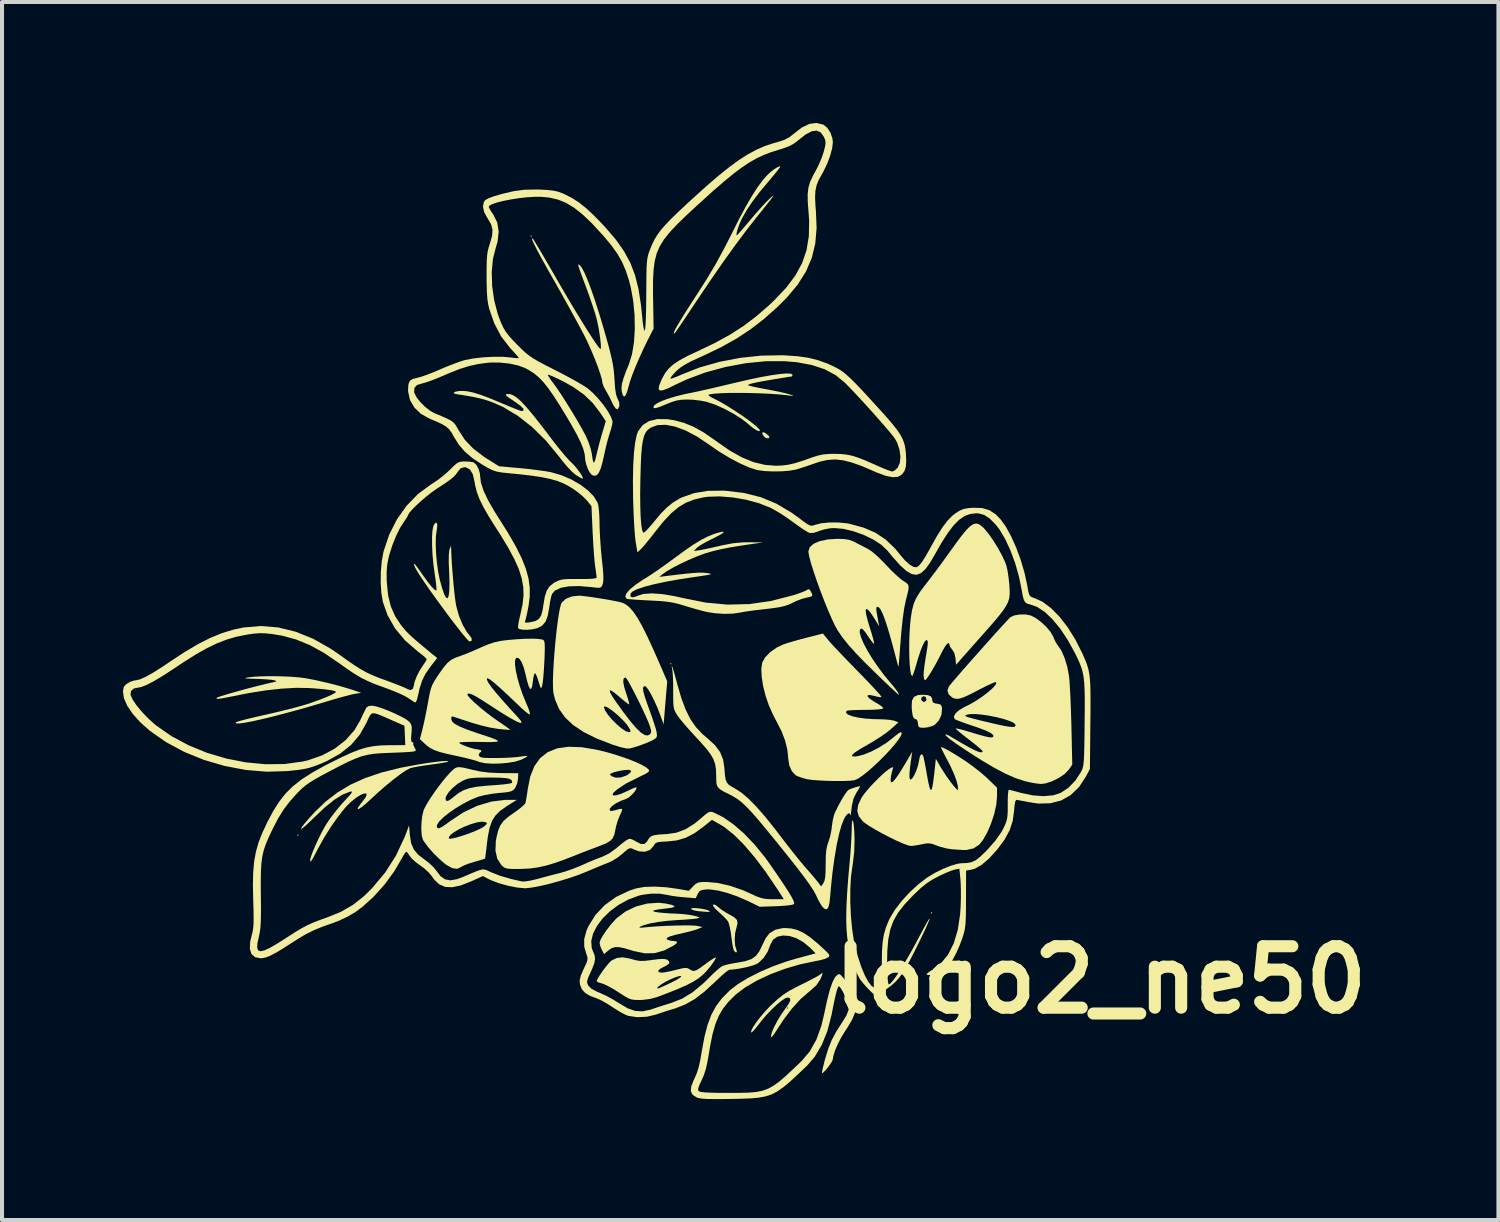
<source format=kicad_pcb>
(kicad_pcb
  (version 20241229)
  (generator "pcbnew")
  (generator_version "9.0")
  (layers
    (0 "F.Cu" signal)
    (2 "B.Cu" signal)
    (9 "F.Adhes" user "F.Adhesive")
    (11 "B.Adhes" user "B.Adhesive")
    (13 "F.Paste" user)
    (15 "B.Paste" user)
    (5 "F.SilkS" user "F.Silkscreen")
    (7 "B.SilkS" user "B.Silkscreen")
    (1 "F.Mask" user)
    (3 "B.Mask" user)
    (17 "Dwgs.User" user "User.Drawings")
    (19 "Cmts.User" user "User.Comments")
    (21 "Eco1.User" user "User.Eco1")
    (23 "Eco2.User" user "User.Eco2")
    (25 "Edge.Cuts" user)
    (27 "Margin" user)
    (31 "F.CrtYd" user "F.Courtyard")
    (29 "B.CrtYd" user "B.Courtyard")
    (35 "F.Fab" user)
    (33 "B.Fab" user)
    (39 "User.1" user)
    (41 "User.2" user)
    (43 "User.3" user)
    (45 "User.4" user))
  (footprint "logo2_ne50"
    (layer "F.Cu")
    (at 24.256 21.258)
    (property "Reference" "logo2_ne50" (at 0 0 0) (layer "F.SilkS") (effects (font (size 1.524 1.524) (thickness 0.3))))
    (attr board_only exclude_from_pos_files exclude_from_bom)
    (fp_poly (pts (xy -19.898 -3.59) (xy -19.916 -3.572) (xy -19.934 -3.59) (xy -19.916 -3.608)) (stroke (width 0) (type solid)) (fill yes) (layer "F.SilkS"))
    (fp_poly (pts (xy -14.111 -18.452) (xy -14.129 -18.434) (xy -14.147 -18.452) (xy -14.129 -18.469)) (stroke (width 0) (type solid)) (fill yes) (layer "F.SilkS"))
    (fp_poly (pts (xy -10.646 -7.841) (xy -10.664 -7.824) (xy -10.682 -7.841) (xy -10.664 -7.859)) (stroke (width 0) (type solid)) (fill yes) (layer "F.SilkS"))
    (fp_poly (pts (xy -4.18 -1.661) (xy -4.198 -1.643) (xy -4.215 -1.661) (xy -4.198 -1.679)) (stroke (width 0) (type solid)) (fill yes) (layer "F.SilkS"))
    (fp_poly (pts (xy -8.331 -13.57) (xy -8.306 -13.554) (xy -8.242 -13.503) (xy -8.217 -13.464) (xy -8.242 -13.435) (xy -8.299 -13.441) (xy -8.352 -13.475) (xy -8.39 -13.539) (xy -8.395 -13.565) (xy -8.381 -13.59)) (stroke (width 0) (type solid)) (fill yes) (layer "F.SilkS"))
    (fp_poly (pts (xy -10.003 -1.777) (xy -9.899 -1.764) (xy -9.803 -1.745) (xy -9.733 -1.722) (xy -9.728 -1.719) (xy -9.698 -1.698) (xy -9.705 -1.687) (xy -9.757 -1.686) (xy -9.864 -1.694) (xy -9.985 -1.705) (xy -10.085 -1.723) (xy -10.154 -1.75) (xy -10.164 -1.757) (xy -10.154 -1.775) (xy -10.095 -1.781)) (stroke (width 0) (type solid)) (fill yes) (layer "F.SilkS"))
    (fp_poly (pts (xy -9.495 -1.811) (xy -9.494 -1.81) (xy -9.41 -1.742) (xy -9.294 -1.667) (xy -9.22 -1.627) (xy -9.093 -1.554) (xy -9.025 -1.486) (xy -9.009 -1.406) (xy -9.035 -1.3) (xy -9.038 -1.291) (xy -9.07 -1.155) (xy -9.08 -1) (xy -9.07 -0.855) (xy -9.039 -0.752) (xy -9.025 -0.692) (xy -9.051 -0.679) (xy -9.096 -0.721) (xy -9.098 -0.723) (xy -9.117 -0.781) (xy -9.137 -0.885) (xy -9.151 -0.982) (xy -9.175 -1.169) (xy -9.202 -1.309) (xy -9.235 -1.429) (xy -9.271 -1.483) (xy -9.347 -1.566) (xy -9.447 -1.658) (xy -9.453 -1.663) (xy -9.558 -1.761) (xy -9.614 -1.831) (xy -9.617 -1.865) (xy -9.569 -1.867)) (stroke (width 0) (type solid)) (fill yes) (layer "F.SilkS"))
    (fp_poly (pts (xy -4.29 -7.064) (xy -4.212 -7.032) (xy -4.181 -6.973) (xy -4.18 -6.947) (xy -4.166 -6.887) (xy -4.111 -6.859) (xy -4.064 -6.852) (xy -3.982 -6.835) (xy -3.946 -6.788) (xy -3.936 -6.726) (xy -3.951 -6.576) (xy -4.014 -6.437) (xy -4.113 -6.331) (xy -4.167 -6.301) (xy -4.281 -6.267) (xy -4.395 -6.253) (xy -4.484 -6.26) (xy -4.513 -6.276) (xy -4.532 -6.327) (xy -4.537 -6.383) (xy -4.556 -6.449) (xy -4.588 -6.466) (xy -4.635 -6.488) (xy -4.666 -6.56) (xy -4.684 -6.69) (xy -4.69 -6.787) (xy -4.681 -6.931) (xy -4.675 -6.942) (xy -4.452 -6.942) (xy -4.406 -6.9) (xy -4.374 -6.895) (xy -4.332 -6.925) (xy -4.323 -6.966) (xy -4.348 -7.024) (xy -4.402 -7.036) (xy -4.448 -7.002) (xy -4.452 -6.942) (xy -4.675 -6.942) (xy -4.632 -7.021) (xy -4.535 -7.065) (xy -4.426 -7.073)) (stroke (width 0) (type solid)) (fill yes) (layer "F.SilkS"))
    (fp_poly (pts (xy -6.899 -0.162) (xy -6.917 -0.105) (xy -6.96 -0.006) (xy -7.055 0.135) (xy -7.219 0.282) (xy -7.241 0.299) (xy -7.446 0.476) (xy -7.659 0.71) (xy -7.871 0.99) (xy -8.017 1.213) (xy -8.1 1.341) (xy -8.153 1.408) (xy -8.178 1.416) (xy -8.181 1.4) (xy -8.161 1.308) (xy -8.106 1.177) (xy -8.025 1.022) (xy -7.926 0.859) (xy -7.826 0.716) (xy -7.812 0.697) (xy -7.788 0.697) (xy -7.77 0.714) (xy -7.752 0.697) (xy -7.77 0.679) (xy -7.788 0.697) (xy -7.812 0.697) (xy -7.739 0.591) (xy -7.7 0.509) (xy -7.708 0.46) (xy -7.759 0.436) (xy -7.822 0.454) (xy -7.918 0.517) (xy -8.038 0.616) (xy -8.169 0.74) (xy -8.301 0.879) (xy -8.423 1.024) (xy -8.446 1.055) (xy -8.536 1.17) (xy -8.61 1.257) (xy -8.659 1.303) (xy -8.671 1.308) (xy -8.67 1.262) (xy -8.627 1.176) (xy -8.551 1.061) (xy -8.45 0.929) (xy -8.332 0.79) (xy -8.206 0.656) (xy -8.154 0.606) (xy -8.008 0.473) (xy -7.877 0.369) (xy -7.737 0.278) (xy -7.567 0.186) (xy -7.44 0.123) (xy -7.277 0.042) (xy -7.133 -0.033) (xy -7.022 -0.093) (xy -6.961 -0.132) (xy -6.957 -0.135) (xy -6.912 -0.17)) (stroke (width 0) (type solid)) (fill yes) (layer "F.SilkS"))
    (fp_poly (pts (xy -15.719 -14.602) (xy -15.574 -14.572) (xy -15.397 -14.518) (xy -15.178 -14.437) (xy -14.908 -14.325) (xy -14.858 -14.304) (xy -14.69 -14.234) (xy -14.545 -14.175) (xy -14.436 -14.132) (xy -14.375 -14.112) (xy -14.369 -14.111) (xy -14.315 -14.126) (xy -14.324 -14.17) (xy -14.393 -14.24) (xy -14.522 -14.334) (xy -14.547 -14.351) (xy -14.67 -14.433) (xy -14.738 -14.486) (xy -14.758 -14.516) (xy -14.737 -14.531) (xy -14.727 -14.533) (xy -14.655 -14.531) (xy -14.577 -14.504) (xy -14.487 -14.445) (xy -14.381 -14.351) (xy -14.254 -14.216) (xy -14.102 -14.037) (xy -13.92 -13.808) (xy -13.703 -13.525) (xy -13.668 -13.478) (xy -13.534 -13.303) (xy -13.404 -13.14) (xy -13.288 -13.001) (xy -13.196 -12.899) (xy -13.15 -12.853) (xy -13.075 -12.779) (xy -12.997 -12.687) (xy -12.925 -12.591) (xy -12.871 -12.507) (xy -12.844 -12.45) (xy -12.851 -12.432) (xy -12.895 -12.451) (xy -12.975 -12.497) (xy -13.029 -12.532) (xy -13.117 -12.606) (xy -13.23 -12.725) (xy -13.355 -12.874) (xy -13.443 -12.988) (xy -13.76 -13.374) (xy -14.102 -13.711) (xy -14.461 -13.993) (xy -14.83 -14.214) (xy -15.071 -14.321) (xy -15.225 -14.376) (xy -15.385 -14.422) (xy -15.568 -14.462) (xy -15.792 -14.501) (xy -15.966 -14.528) (xy -16.039 -14.547) (xy -16.048 -14.571) (xy -16.004 -14.593) (xy -15.915 -14.608) (xy -15.841 -14.611)) (stroke (width 0) (type solid)) (fill yes) (layer "F.SilkS"))
    (fp_poly (pts (xy -7.947 -20.177) (xy -7.965 -20.147) (xy -8.021 -20.074) (xy -8.107 -19.967) (xy -8.216 -19.837) (xy -8.241 -19.808) (xy -8.464 -19.54) (xy -8.641 -19.307) (xy -8.782 -19.098) (xy -8.893 -18.901) (xy -8.904 -18.88) (xy -8.956 -18.766) (xy -8.999 -18.65) (xy -9.027 -18.55) (xy -9.037 -18.485) (xy -9.028 -18.469) (xy -9.001 -18.495) (xy -8.937 -18.566) (xy -8.845 -18.672) (xy -8.735 -18.802) (xy -8.707 -18.836) (xy -8.576 -18.99) (xy -8.442 -19.141) (xy -8.323 -19.271) (xy -8.232 -19.362) (xy -8.232 -19.363) (xy -8.167 -19.423) (xy -8.129 -19.454) (xy -8.121 -19.453) (xy -8.145 -19.414) (xy -8.205 -19.334) (xy -8.303 -19.21) (xy -8.442 -19.036) (xy -8.543 -18.911) (xy -8.796 -18.588) (xy -9.067 -18.225) (xy -9.361 -17.816) (xy -9.68 -17.355) (xy -10.029 -16.838) (xy -10.072 -16.773) (xy -10.235 -16.529) (xy -10.362 -16.339) (xy -10.457 -16.199) (xy -10.524 -16.103) (xy -10.566 -16.047) (xy -10.588 -16.026) (xy -10.593 -16.033) (xy -10.585 -16.065) (xy -10.572 -16.102) (xy -10.542 -16.163) (xy -10.478 -16.273) (xy -10.386 -16.424) (xy -10.273 -16.606) (xy -10.143 -16.809) (xy -10.037 -16.972) (xy -9.778 -17.377) (xy -9.552 -17.756) (xy -9.344 -18.138) (xy -9.168 -18.483) (xy -8.978 -18.86) (xy -8.809 -19.177) (xy -8.656 -19.441) (xy -8.517 -19.658) (xy -8.386 -19.835) (xy -8.303 -19.933) (xy -8.212 -20.022) (xy -8.114 -20.101) (xy -8.026 -20.157) (xy -7.964 -20.181)) (stroke (width 0) (type solid)) (fill yes) (layer "F.SilkS"))
    (fp_poly (pts (xy -16.469 -11.335) (xy -16.457 -11.277) (xy -16.468 -11.174) (xy -16.474 -11.146) (xy -16.493 -11.003) (xy -16.497 -10.809) (xy -16.489 -10.586) (xy -16.468 -10.352) (xy -16.437 -10.127) (xy -16.401 -9.946) (xy -16.34 -9.722) (xy -16.287 -9.567) (xy -16.241 -9.483) (xy -16.204 -9.468) (xy -16.177 -9.52) (xy -16.161 -9.641) (xy -16.155 -9.829) (xy -16.162 -10.082) (xy -16.165 -10.138) (xy -16.174 -10.361) (xy -16.172 -10.534) (xy -16.162 -10.648) (xy -16.153 -10.682) (xy -16.116 -10.771) (xy -16.113 -10.664) (xy -16.105 -10.467) (xy -16.091 -10.242) (xy -16.072 -10.004) (xy -16.051 -9.772) (xy -16.029 -9.56) (xy -16.007 -9.388) (xy -15.988 -9.276) (xy -15.92 -9.03) (xy -15.829 -8.809) (xy -15.725 -8.63) (xy -15.67 -8.562) (xy -15.607 -8.477) (xy -15.601 -8.419) (xy -15.653 -8.395) (xy -15.661 -8.395) (xy -15.694 -8.423) (xy -15.763 -8.5) (xy -15.861 -8.619) (xy -15.98 -8.771) (xy -16.116 -8.948) (xy -16.19 -9.047) (xy -16.44 -9.386) (xy -16.647 -9.674) (xy -16.81 -9.911) (xy -16.93 -10.094) (xy -17.006 -10.225) (xy -17.037 -10.302) (xy -17.027 -10.324) (xy -17.002 -10.297) (xy -16.947 -10.224) (xy -16.871 -10.119) (xy -16.834 -10.065) (xy -16.699 -9.878) (xy -16.594 -9.747) (xy -16.52 -9.673) (xy -16.48 -9.658) (xy -16.479 -9.66) (xy -16.477 -9.7) (xy -16.485 -9.797) (xy -16.502 -9.934) (xy -16.524 -10.082) (xy -16.555 -10.319) (xy -16.577 -10.557) (xy -16.587 -10.785) (xy -16.588 -10.986) (xy -16.577 -11.15) (xy -16.555 -11.26) (xy -16.545 -11.284) (xy -16.5 -11.34)) (stroke (width 0) (type solid)) (fill yes) (layer "F.SilkS"))
    (fp_poly (pts (xy -16.186 -5.42) (xy -16.189 -5.412) (xy -16.23 -5.401) (xy -16.327 -5.383) (xy -16.465 -5.361) (xy -16.625 -5.339) (xy -16.799 -5.314) (xy -16.955 -5.289) (xy -17.073 -5.266) (xy -17.133 -5.25) (xy -17.234 -5.197) (xy -17.374 -5.102) (xy -17.544 -4.973) (xy -17.732 -4.82) (xy -17.927 -4.649) (xy -18.085 -4.503) (xy -18.228 -4.373) (xy -18.337 -4.284) (xy -18.407 -4.239) (xy -18.436 -4.238) (xy -18.42 -4.282) (xy -18.355 -4.372) (xy -18.307 -4.432) (xy -18.233 -4.534) (xy -18.209 -4.598) (xy -18.228 -4.626) (xy -18.282 -4.621) (xy -18.363 -4.587) (xy -18.462 -4.525) (xy -18.573 -4.439) (xy -18.688 -4.331) (xy -18.737 -4.278) (xy -18.906 -4.068) (xy -19.086 -3.814) (xy -19.26 -3.538) (xy -19.414 -3.264) (xy -19.434 -3.224) (xy -19.512 -3.073) (xy -19.564 -2.981) (xy -19.595 -2.939) (xy -19.609 -2.942) (xy -19.612 -2.974) (xy -19.595 -3.048) (xy -19.551 -3.17) (xy -19.487 -3.322) (xy -19.41 -3.489) (xy -19.328 -3.655) (xy -19.246 -3.804) (xy -19.208 -3.868) (xy -19.105 -4.019) (xy -18.973 -4.191) (xy -18.835 -4.356) (xy -18.781 -4.415) (xy -18.669 -4.537) (xy -18.601 -4.615) (xy -18.574 -4.658) (xy -18.581 -4.673) (xy -18.619 -4.669) (xy -18.63 -4.666) (xy -18.809 -4.596) (xy -19.016 -4.466) (xy -19.254 -4.273) (xy -19.52 -4.021) (xy -19.668 -3.878) (xy -19.77 -3.787) (xy -19.827 -3.746) (xy -19.839 -3.754) (xy -19.806 -3.808) (xy -19.728 -3.906) (xy -19.606 -4.045) (xy -19.508 -4.152) (xy -19.231 -4.42) (xy -18.934 -4.649) (xy -18.608 -4.844) (xy -18.244 -5.008) (xy -17.835 -5.146) (xy -17.372 -5.261) (xy -16.951 -5.34) (xy -16.692 -5.382) (xy -16.48 -5.41) (xy -16.322 -5.427) (xy -16.222 -5.43)) (stroke (width 0) (type solid)) (fill yes) (layer "F.SilkS"))
    (fp_poly (pts (xy -10.796 -1.894) (xy -10.653 -1.863) (xy -10.581 -1.835) (xy -10.581 -1.809) (xy -10.652 -1.788) (xy -10.777 -1.771) (xy -10.958 -1.75) (xy -11.068 -1.73) (xy -11.108 -1.711) (xy -11.079 -1.692) (xy -10.985 -1.675) (xy -10.855 -1.661) (xy -10.691 -1.649) (xy -10.539 -1.643) (xy -10.376 -1.633) (xy -10.212 -1.614) (xy -10.092 -1.592) (xy -9.993 -1.566) (xy -9.957 -1.548) (xy -9.976 -1.533) (xy -10.003 -1.526) (xy -10.074 -1.516) (xy -10.198 -1.504) (xy -10.356 -1.492) (xy -10.502 -1.484) (xy -10.747 -1.465) (xy -10.976 -1.437) (xy -11.175 -1.401) (xy -11.331 -1.36) (xy -11.427 -1.319) (xy -11.446 -1.298) (xy -11.408 -1.293) (xy -11.325 -1.301) (xy -11.172 -1.316) (xy -10.984 -1.329) (xy -10.777 -1.34) (xy -10.566 -1.347) (xy -10.368 -1.351) (xy -10.197 -1.351) (xy -10.072 -1.346) (xy -10.019 -1.34) (xy -9.878 -1.312) (xy -9.985 -1.266) (xy -10.073 -1.235) (xy -10.204 -1.199) (xy -10.351 -1.164) (xy -10.36 -1.162) (xy -10.557 -1.116) (xy -10.687 -1.078) (xy -10.756 -1.045) (xy -10.769 -1.016) (xy -10.751 -0.998) (xy -10.677 -0.973) (xy -10.601 -0.965) (xy -10.522 -0.954) (xy -10.511 -0.921) (xy -10.568 -0.869) (xy -10.583 -0.859) (xy -10.83 -0.729) (xy -11.068 -0.663) (xy -11.314 -0.659) (xy -11.583 -0.715) (xy -11.628 -0.729) (xy -11.816 -0.785) (xy -11.953 -0.812) (xy -12.055 -0.812) (xy -12.139 -0.783) (xy -12.213 -0.731) (xy -12.321 -0.64) (xy -12.377 -0.747) (xy -12.416 -0.84) (xy -12.432 -0.918) (xy -12.432 -0.919) (xy -12.409 -0.994) (xy -12.348 -1.104) (xy -12.258 -1.236) (xy -12.151 -1.373) (xy -12.038 -1.499) (xy -12.007 -1.531) (xy -11.788 -1.697) (xy -11.528 -1.821) (xy -11.246 -1.894) (xy -10.961 -1.913)) (stroke (width 0) (type solid)) (fill yes) (layer "F.SilkS"))
    (fp_poly (pts (xy -3.008 -11.296) (xy -2.936 -11.241) (xy -2.885 -11.191) (xy -2.783 -11.068) (xy -2.667 -10.903) (xy -2.552 -10.716) (xy -2.449 -10.529) (xy -2.371 -10.362) (xy -2.34 -10.277) (xy -2.313 -10.157) (xy -2.288 -9.995) (xy -2.269 -9.822) (xy -2.265 -9.774) (xy -2.259 -9.654) (xy -2.259 -9.552) (xy -2.272 -9.459) (xy -2.301 -9.367) (xy -2.352 -9.269) (xy -2.428 -9.155) (xy -2.535 -9.018) (xy -2.677 -8.849) (xy -2.86 -8.641) (xy -3.001 -8.482) (xy -3.59 -7.817) (xy -3.602 -7.972) (xy -3.629 -8.104) (xy -3.682 -8.191) (xy -3.735 -8.259) (xy -3.751 -8.31) (xy -3.765 -8.356) (xy -3.802 -8.343) (xy -3.857 -8.277) (xy -3.923 -8.164) (xy -3.943 -8.124) (xy -4.027 -7.957) (xy -4.116 -7.794) (xy -4.201 -7.648) (xy -4.275 -7.531) (xy -4.331 -7.454) (xy -4.36 -7.431) (xy -4.382 -7.462) (xy -4.393 -7.54) (xy -4.394 -7.565) (xy -4.388 -7.663) (xy -4.371 -7.805) (xy -4.347 -7.964) (xy -4.341 -8.002) (xy -4.31 -8.185) (xy -4.293 -8.309) (xy -4.29 -8.384) (xy -4.301 -8.421) (xy -4.324 -8.431) (xy -4.363 -8.398) (xy -4.413 -8.304) (xy -4.471 -8.159) (xy -4.532 -7.973) (xy -4.574 -7.827) (xy -4.613 -7.695) (xy -4.648 -7.595) (xy -4.673 -7.542) (xy -4.679 -7.538) (xy -4.703 -7.572) (xy -4.723 -7.665) (xy -4.738 -7.806) (xy -4.747 -7.984) (xy -4.751 -8.186) (xy -4.75 -8.401) (xy -4.742 -8.618) (xy -4.728 -8.824) (xy -4.713 -8.968) (xy -4.682 -9.166) (xy -4.639 -9.329) (xy -4.574 -9.478) (xy -4.478 -9.633) (xy -4.341 -9.815) (xy -4.318 -9.844) (xy -4.212 -9.981) (xy -4.08 -10.156) (xy -3.937 -10.35) (xy -3.798 -10.543) (xy -3.761 -10.594) (xy -3.584 -10.84) (xy -3.441 -11.031) (xy -3.325 -11.17) (xy -3.229 -11.262) (xy -3.149 -11.311) (xy -3.077 -11.321)) (stroke (width 0) (type solid)) (fill yes) (layer "F.SilkS"))
    (fp_poly (pts (xy -20.312 -7.53) (xy -20.073 -7.519) (xy -19.861 -7.501) (xy -19.738 -7.485) (xy -19.47 -7.434) (xy -19.173 -7.366) (xy -18.875 -7.289) (xy -18.609 -7.21) (xy -18.542 -7.188) (xy -18.346 -7.121) (xy -18.504 -7.096) (xy -18.592 -7.077) (xy -18.732 -7.041) (xy -18.91 -6.992) (xy -19.109 -6.934) (xy -19.237 -6.896) (xy -19.593 -6.79) (xy -19.935 -6.693) (xy -20.257 -6.606) (xy -20.553 -6.529) (xy -20.817 -6.465) (xy -21.043 -6.415) (xy -21.227 -6.38) (xy -21.361 -6.362) (xy -21.441 -6.361) (xy -21.46 -6.379) (xy -21.451 -6.391) (xy -21.407 -6.408) (xy -21.304 -6.438) (xy -21.154 -6.476) (xy -20.969 -6.521) (xy -20.758 -6.569) (xy -20.738 -6.573) (xy -20.498 -6.628) (xy -20.256 -6.687) (xy -20.029 -6.744) (xy -19.838 -6.796) (xy -19.72 -6.83) (xy -19.524 -6.896) (xy -19.341 -6.962) (xy -19.182 -7.026) (xy -19.06 -7.082) (xy -18.986 -7.125) (xy -18.97 -7.145) (xy -19.005 -7.167) (xy -19.107 -7.189) (xy -19.272 -7.21) (xy -19.496 -7.23) (xy -19.649 -7.24) (xy -19.959 -7.245) (xy -20.319 -7.225) (xy -20.711 -7.182) (xy -21.118 -7.117) (xy -21.292 -7.084) (xy -21.518 -7.038) (xy -21.684 -7.005) (xy -21.799 -6.984) (xy -21.872 -6.973) (xy -21.913 -6.971) (xy -21.931 -6.977) (xy -21.935 -6.99) (xy -21.935 -6.993) (xy -21.902 -7.01) (xy -21.812 -7.042) (xy -21.675 -7.084) (xy -21.505 -7.133) (xy -21.312 -7.187) (xy -21.108 -7.242) (xy -20.905 -7.294) (xy -20.715 -7.341) (xy -20.549 -7.379) (xy -20.541 -7.38) (xy -20.463 -7.399) (xy -20.448 -7.412) (xy -20.492 -7.429) (xy -20.506 -7.433) (xy -20.579 -7.445) (xy -20.704 -7.456) (xy -20.858 -7.464) (xy -20.952 -7.467) (xy -21.107 -7.472) (xy -21.197 -7.477) (xy -21.227 -7.483) (xy -21.203 -7.493) (xy -21.149 -7.504) (xy -20.997 -7.521) (xy -20.794 -7.531) (xy -20.559 -7.534)) (stroke (width 0) (type solid)) (fill yes) (layer "F.SilkS"))
    (fp_poly (pts (xy -14.088 -18.385) (xy -14.083 -18.38) (xy -14.057 -18.341) (xy -14 -18.248) (xy -13.917 -18.109) (xy -13.812 -17.931) (xy -13.691 -17.723) (xy -13.558 -17.492) (xy -13.504 -17.398) (xy -13.337 -17.11) (xy -13.172 -16.829) (xy -13.013 -16.564) (xy -12.863 -16.32) (xy -12.728 -16.103) (xy -12.611 -15.921) (xy -12.517 -15.78) (xy -12.448 -15.687) (xy -12.411 -15.648) (xy -12.408 -15.647) (xy -12.399 -15.68) (xy -12.401 -15.767) (xy -12.414 -15.893) (xy -12.435 -16.043) (xy -12.462 -16.201) (xy -12.494 -16.351) (xy -12.505 -16.397) (xy -12.542 -16.529) (xy -12.599 -16.707) (xy -12.668 -16.91) (xy -12.743 -17.12) (xy -12.77 -17.193) (xy -12.848 -17.401) (xy -12.904 -17.552) (xy -12.939 -17.653) (xy -12.958 -17.714) (xy -12.961 -17.742) (xy -12.952 -17.747) (xy -12.933 -17.738) (xy -12.932 -17.737) (xy -12.878 -17.674) (xy -12.81 -17.548) (xy -12.73 -17.362) (xy -12.639 -17.123) (xy -12.54 -16.835) (xy -12.434 -16.504) (xy -12.324 -16.135) (xy -12.261 -15.915) (xy -12.191 -15.658) (xy -12.14 -15.452) (xy -12.104 -15.28) (xy -12.081 -15.125) (xy -12.067 -14.97) (xy -12.062 -14.89) (xy -12.047 -14.678) (xy -12.025 -14.529) (xy -11.994 -14.435) (xy -11.985 -14.419) (xy -11.945 -14.323) (xy -11.942 -14.231) (xy -11.975 -14.167) (xy -11.995 -14.155) (xy -12.036 -14.177) (xy -12.087 -14.253) (xy -12.117 -14.313) (xy -12.18 -14.446) (xy -12.251 -14.576) (xy -12.277 -14.619) (xy -12.329 -14.715) (xy -12.358 -14.793) (xy -12.361 -14.811) (xy -12.375 -14.897) (xy -12.415 -15.034) (xy -12.475 -15.208) (xy -12.55 -15.404) (xy -12.635 -15.608) (xy -12.724 -15.807) (xy -12.784 -15.933) (xy -12.857 -16.073) (xy -12.958 -16.262) (xy -13.081 -16.488) (xy -13.219 -16.739) (xy -13.365 -17.001) (xy -13.513 -17.263) (xy -13.529 -17.291) (xy -13.716 -17.62) (xy -13.866 -17.89) (xy -13.98 -18.101) (xy -14.058 -18.255) (xy -14.102 -18.353) (xy -14.112 -18.396)) (stroke (width 0) (type solid)) (fill yes) (layer "F.SilkS"))
    (fp_poly (pts (xy -11.682 -0.528) (xy -11.64 -0.516) (xy -11.521 -0.484) (xy -11.421 -0.47) (xy -11.311 -0.472) (xy -11.163 -0.489) (xy -11.129 -0.494) (xy -10.952 -0.516) (xy -10.832 -0.519) (xy -10.757 -0.503) (xy -10.714 -0.466) (xy -10.703 -0.442) (xy -10.715 -0.397) (xy -10.79 -0.346) (xy -10.845 -0.32) (xy -10.943 -0.267) (xy -10.981 -0.221) (xy -10.957 -0.189) (xy -10.882 -0.179) (xy -10.809 -0.188) (xy -10.691 -0.211) (xy -10.553 -0.244) (xy -10.539 -0.248) (xy -10.4 -0.282) (xy -10.311 -0.296) (xy -10.253 -0.291) (xy -10.207 -0.268) (xy -10.203 -0.266) (xy -10.144 -0.231) (xy -10.089 -0.221) (xy -10.024 -0.243) (xy -9.932 -0.3) (xy -9.804 -0.395) (xy -9.693 -0.475) (xy -9.605 -0.532) (xy -9.553 -0.556) (xy -9.546 -0.556) (xy -9.557 -0.52) (xy -9.603 -0.445) (xy -9.675 -0.344) (xy -9.686 -0.331) (xy -9.779 -0.218) (xy -9.876 -0.12) (xy -9.986 -0.032) (xy -10.119 0.051) (xy -10.284 0.136) (xy -10.491 0.226) (xy -10.748 0.329) (xy -11.021 0.432) (xy -11.183 0.474) (xy -11.372 0.497) (xy -11.436 0.499) (xy -11.548 0.497) (xy -11.634 0.487) (xy -11.714 0.459) (xy -11.808 0.407) (xy -11.938 0.323) (xy -11.966 0.305) (xy -12.107 0.217) (xy -12.135 0.202) (xy -11.004 0.202) (xy -10.986 0.214) (xy -10.944 0.2) (xy -10.854 0.161) (xy -10.731 0.104) (xy -10.651 0.066) (xy -10.503 -0.012) (xy -10.421 -0.067) (xy -10.405 -0.097) (xy -10.452 -0.096) (xy -10.561 -0.061) (xy -10.687 -0.008) (xy -10.803 0.051) (xy -10.902 0.111) (xy -10.973 0.164) (xy -11.004 0.202) (xy -12.135 0.202) (xy -12.24 0.144) (xy -12.345 0.097) (xy -12.382 0.086) (xy -12.463 0.062) (xy -12.503 0.034) (xy -12.504 0.03) (xy -12.483 -0.024) (xy -12.428 -0.114) (xy -12.354 -0.223) (xy -12.272 -0.331) (xy -12.197 -0.422) (xy -12.14 -0.477) (xy -12.136 -0.48) (xy -12.001 -0.544) (xy -11.857 -0.559)) (stroke (width 0) (type solid)) (fill yes) (layer "F.SilkS"))
    (fp_poly (pts (xy -7.689 -15.038) (xy -7.646 -15.014) (xy -7.645 -15.009) (xy -7.657 -14.97) (xy -7.663 -14.968) (xy -7.71 -14.963) (xy -7.81 -14.947) (xy -7.947 -14.925) (xy -8.104 -14.899) (xy -8.265 -14.872) (xy -8.411 -14.846) (xy -8.527 -14.824) (xy -8.547 -14.82) (xy -8.657 -14.795) (xy -8.731 -14.771) (xy -8.752 -14.756) (xy -8.719 -14.741) (xy -8.629 -14.717) (xy -8.495 -14.689) (xy -8.331 -14.658) (xy -8.315 -14.655) (xy -8.129 -14.62) (xy -7.952 -14.583) (xy -7.806 -14.549) (xy -7.716 -14.524) (xy -7.642 -14.496) (xy -7.623 -14.483) (xy -7.645 -14.485) (xy -7.809 -14.507) (xy -8.012 -14.526) (xy -8.244 -14.541) (xy -8.493 -14.552) (xy -8.747 -14.559) (xy -8.995 -14.561) (xy -9.225 -14.56) (xy -9.426 -14.553) (xy -9.586 -14.542) (xy -9.694 -14.527) (xy -9.73 -14.514) (xy -9.719 -14.49) (xy -9.657 -14.449) (xy -9.573 -14.408) (xy -9.44 -14.34) (xy -9.27 -14.24) (xy -9.08 -14.12) (xy -8.889 -13.993) (xy -8.717 -13.869) (xy -8.58 -13.762) (xy -8.556 -13.741) (xy -8.478 -13.667) (xy -8.451 -13.628) (xy -8.47 -13.614) (xy -8.485 -13.614) (xy -8.545 -13.637) (xy -8.637 -13.698) (xy -8.739 -13.784) (xy -8.74 -13.786) (xy -8.901 -13.913) (xy -9.107 -14.044) (xy -9.337 -14.167) (xy -9.567 -14.27) (xy -9.773 -14.339) (xy -9.776 -14.34) (xy -9.933 -14.37) (xy -10.116 -14.391) (xy -10.253 -14.397) (xy -10.404 -14.391) (xy -10.532 -14.37) (xy -10.669 -14.325) (xy -10.792 -14.275) (xy -10.95 -14.211) (xy -11.049 -14.182) (xy -11.094 -14.189) (xy -11.089 -14.229) (xy -11.08 -14.245) (xy -11.019 -14.296) (xy -10.901 -14.355) (xy -10.739 -14.416) (xy -10.548 -14.474) (xy -10.34 -14.526) (xy -10.263 -14.542) (xy -10.112 -14.573) (xy -9.909 -14.617) (xy -9.669 -14.671) (xy -9.409 -14.732) (xy -9.147 -14.794) (xy -9.056 -14.815) (xy -8.725 -14.892) (xy -8.428 -14.954) (xy -8.17 -15) (xy -7.957 -15.03) (xy -7.795 -15.043)) (stroke (width 0) (type solid)) (fill yes) (layer "F.SilkS"))
    (fp_poly (pts (xy -6.365 -10.936) (xy -6.241 -10.916) (xy -6.135 -10.877) (xy -6.102 -10.86) (xy -5.971 -10.792) (xy -5.827 -10.718) (xy -5.782 -10.695) (xy -5.67 -10.621) (xy -5.53 -10.501) (xy -5.375 -10.346) (xy -5.329 -10.298) (xy -5.201 -10.163) (xy -5.073 -10.041) (xy -4.963 -9.944) (xy -4.896 -9.896) (xy -4.826 -9.851) (xy -4.783 -9.809) (xy -4.765 -9.755) (xy -4.771 -9.674) (xy -4.799 -9.551) (xy -4.835 -9.413) (xy -4.875 -9.221) (xy -4.912 -8.958) (xy -4.947 -8.623) (xy -4.979 -8.218) (xy -4.987 -8.109) (xy -4.998 -7.96) (xy -5.008 -7.846) (xy -5.017 -7.78) (xy -5.022 -7.77) (xy -5.034 -7.816) (xy -5.061 -7.917) (xy -5.099 -8.061) (xy -5.145 -8.234) (xy -5.164 -8.306) (xy -5.253 -8.624) (xy -5.333 -8.879) (xy -5.403 -9.07) (xy -5.464 -9.194) (xy -5.515 -9.249) (xy -5.528 -9.253) (xy -5.553 -9.25) (xy -5.566 -9.232) (xy -5.568 -9.187) (xy -5.556 -9.102) (xy -5.531 -8.964) (xy -5.519 -8.895) (xy -5.495 -8.77) (xy -5.593 -8.931) (xy -5.694 -9.087) (xy -5.768 -9.178) (xy -5.814 -9.204) (xy -5.831 -9.166) (xy -5.819 -9.064) (xy -5.777 -8.899) (xy -5.733 -8.755) (xy -5.684 -8.597) (xy -5.646 -8.465) (xy -5.624 -8.373) (xy -5.621 -8.336) (xy -5.647 -8.354) (xy -5.699 -8.419) (xy -5.766 -8.517) (xy -5.836 -8.619) (xy -5.896 -8.691) (xy -5.931 -8.717) (xy -5.975 -8.69) (xy -5.979 -8.615) (xy -5.947 -8.499) (xy -5.884 -8.351) (xy -5.792 -8.177) (xy -5.677 -7.986) (xy -5.542 -7.786) (xy -5.392 -7.583) (xy -5.231 -7.387) (xy -5.207 -7.359) (xy -5.114 -7.247) (xy -5.045 -7.154) (xy -5.01 -7.093) (xy -5.013 -7.073) (xy -5.042 -7.097) (xy -5.114 -7.163) (xy -5.222 -7.264) (xy -5.358 -7.393) (xy -5.514 -7.543) (xy -5.562 -7.589) (xy -5.845 -7.868) (xy -6.078 -8.108) (xy -6.265 -8.318) (xy -6.412 -8.502) (xy -6.525 -8.667) (xy -6.592 -8.787) (xy -6.678 -8.971) (xy -6.771 -9.186) (xy -6.867 -9.423) (xy -6.961 -9.668) (xy -7.048 -9.91) (xy -7.125 -10.138) (xy -7.188 -10.338) (xy -7.231 -10.5) (xy -7.251 -10.611) (xy -7.252 -10.63) (xy -7.218 -10.733) (xy -7.122 -10.819) (xy -6.971 -10.884) (xy -6.773 -10.926) (xy -6.536 -10.941) (xy -6.534 -10.941)) (stroke (width 0) (type solid)) (fill yes) (layer "F.SilkS"))
    (fp_poly (pts (xy -3.938 -5.77) (xy -3.861 -5.735) (xy -3.745 -5.672) (xy -3.601 -5.586) (xy -3.438 -5.483) (xy -3.34 -5.418) (xy -3.175 -5.3) (xy -3.003 -5.166) (xy -2.852 -5.037) (xy -2.796 -4.984) (xy -2.572 -4.766) (xy -2.572 -4.548) (xy -2.591 -4.343) (xy -2.643 -4.112) (xy -2.721 -3.877) (xy -2.816 -3.655) (xy -2.923 -3.469) (xy -3.015 -3.353) (xy -3.157 -3.261) (xy -3.338 -3.221) (xy -3.425 -3.222) (xy -3.517 -3.228) (xy -3.642 -3.237) (xy -3.697 -3.241) (xy -3.839 -3.263) (xy -3.996 -3.306) (xy -4.063 -3.33) (xy -4.182 -3.374) (xy -4.273 -3.388) (xy -4.374 -3.377) (xy -4.432 -3.364) (xy -4.559 -3.34) (xy -4.673 -3.325) (xy -4.714 -3.322) (xy -4.791 -3.34) (xy -4.916 -3.387) (xy -5.073 -3.457) (xy -5.249 -3.543) (xy -5.43 -3.638) (xy -5.602 -3.733) (xy -5.75 -3.822) (xy -5.861 -3.899) (xy -5.901 -3.932) (xy -6.001 -4.058) (xy -6.039 -4.191) (xy -6.016 -4.343) (xy -5.934 -4.519) (xy -5.861 -4.623) (xy -5.752 -4.753) (xy -5.622 -4.894) (xy -5.486 -5.03) (xy -5.358 -5.147) (xy -5.253 -5.23) (xy -5.219 -5.25) (xy -5.16 -5.277) (xy -5.148 -5.263) (xy -5.16 -5.229) (xy -5.183 -5.149) (xy -5.204 -5.042) (xy -5.206 -5.028) (xy -5.212 -4.935) (xy -5.194 -4.898) (xy -5.15 -4.92) (xy -5.081 -5.002) (xy -4.983 -5.145) (xy -4.857 -5.351) (xy -4.789 -5.466) (xy -4.675 -5.662) (xy -4.697 -5.519) (xy -4.728 -5.293) (xy -4.744 -5.122) (xy -4.743 -5.012) (xy -4.726 -4.967) (xy -4.721 -4.966) (xy -4.677 -4.997) (xy -4.625 -5.079) (xy -4.574 -5.193) (xy -4.533 -5.319) (xy -4.513 -5.413) (xy -4.488 -5.536) (xy -4.457 -5.594) (xy -4.42 -5.584) (xy -4.41 -5.571) (xy -4.395 -5.521) (xy -4.372 -5.417) (xy -4.344 -5.275) (xy -4.32 -5.136) (xy -4.282 -4.925) (xy -4.25 -4.784) (xy -4.223 -4.714) (xy -4.199 -4.715) (xy -4.176 -4.786) (xy -4.153 -4.927) (xy -4.13 -5.116) (xy -4.09 -5.484) (xy -3.987 -5.305) (xy -3.904 -5.17) (xy -3.814 -5.034) (xy -3.724 -4.909) (xy -3.644 -4.806) (xy -3.582 -4.736) (xy -3.547 -4.712) (xy -3.543 -4.716) (xy -3.542 -4.799) (xy -3.575 -4.931) (xy -3.636 -5.099) (xy -3.722 -5.291) (xy -3.789 -5.422) (xy -3.862 -5.56) (xy -3.92 -5.674) (xy -3.956 -5.749) (xy -3.965 -5.771)) (stroke (width 0) (type solid)) (fill yes) (layer "F.SilkS"))
    (fp_poly (pts (xy -12.879 -5.772) (xy -12.503 -5.709) (xy -12.468 -5.701) (xy -12.221 -5.639) (xy -11.98 -5.567) (xy -11.755 -5.49) (xy -11.555 -5.412) (xy -11.391 -5.337) (xy -11.272 -5.268) (xy -11.208 -5.21) (xy -11.2 -5.186) (xy -11.23 -5.15) (xy -11.31 -5.101) (xy -11.4 -5.059) (xy -11.779 -4.87) (xy -11.994 -4.726) (xy -12.083 -4.649) (xy -12.112 -4.599) (xy -12.087 -4.575) (xy -12.015 -4.58) (xy -11.902 -4.614) (xy -11.755 -4.679) (xy -11.749 -4.682) (xy -11.638 -4.735) (xy -11.555 -4.769) (xy -11.517 -4.777) (xy -11.517 -4.777) (xy -11.52 -4.736) (xy -11.563 -4.668) (xy -11.63 -4.593) (xy -11.705 -4.527) (xy -11.771 -4.49) (xy -11.772 -4.49) (xy -11.914 -4.438) (xy -12.037 -4.374) (xy -12.13 -4.306) (xy -12.18 -4.244) (xy -12.175 -4.196) (xy -12.174 -4.196) (xy -12.129 -4.191) (xy -12.045 -4.208) (xy -12.021 -4.215) (xy -11.934 -4.239) (xy -11.879 -4.243) (xy -11.873 -4.24) (xy -11.878 -4.201) (xy -11.908 -4.121) (xy -11.932 -4.073) (xy -11.983 -3.947) (xy -12.026 -3.796) (xy -12.041 -3.721) (xy -12.067 -3.6) (xy -12.107 -3.511) (xy -12.176 -3.442) (xy -12.285 -3.381) (xy -12.449 -3.315) (xy -12.477 -3.305) (xy -12.648 -3.24) (xy -12.842 -3.166) (xy -13.004 -3.102) (xy -13.302 -2.985) (xy -13.552 -2.897) (xy -13.767 -2.833) (xy -13.963 -2.79) (xy -14.154 -2.764) (xy -14.356 -2.753) (xy -14.488 -2.751) (xy -14.635 -2.753) (xy -14.729 -2.762) (xy -14.792 -2.783) (xy -14.843 -2.822) (xy -14.87 -2.849) (xy -14.969 -3.004) (xy -15.015 -3.202) (xy -15.006 -3.441) (xy -14.989 -3.535) (xy -14.947 -3.705) (xy -14.894 -3.834) (xy -14.816 -3.94) (xy -14.7 -4.043) (xy -14.556 -4.145) (xy -14.436 -4.231) (xy -14.34 -4.31) (xy -14.282 -4.369) (xy -14.274 -4.382) (xy -14.259 -4.447) (xy -14.239 -4.56) (xy -14.218 -4.701) (xy -14.214 -4.733) (xy -14.152 -5.045) (xy -14.134 -5.089) (xy -12.174 -5.089) (xy -12.131 -5.052) (xy -12.128 -5.05) (xy -12.029 -5.015) (xy -11.9 -5.022) (xy -11.768 -5.069) (xy -11.732 -5.09) (xy -11.658 -5.151) (xy -11.651 -5.192) (xy -11.71 -5.211) (xy -11.816 -5.205) (xy -11.944 -5.184) (xy -12.062 -5.155) (xy -12.093 -5.144) (xy -12.163 -5.114) (xy -12.174 -5.089) (xy -14.134 -5.089) (xy -14.049 -5.302) (xy -13.905 -5.503) (xy -13.717 -5.65) (xy -13.484 -5.743) (xy -13.205 -5.783)) (stroke (width 0) (type solid)) (fill yes) (layer "F.SilkS"))
    (fp_poly (pts (xy -6.761 -8.431) (xy -6.699 -8.359) (xy -6.595 -8.247) (xy -6.459 -8.102) (xy -6.299 -7.936) (xy -6.125 -7.757) (xy -6.025 -7.654) (xy -5.857 -7.482) (xy -5.709 -7.327) (xy -5.587 -7.196) (xy -5.497 -7.096) (xy -5.447 -7.034) (xy -5.439 -7.017) (xy -5.482 -7.014) (xy -5.567 -7.03) (xy -5.605 -7.041) (xy -5.723 -7.067) (xy -5.781 -7.061) (xy -5.782 -7.028) (xy -5.727 -6.972) (xy -5.616 -6.898) (xy -5.547 -6.859) (xy -5.457 -6.803) (xy -5.403 -6.755) (xy -5.396 -6.734) (xy -5.437 -6.719) (xy -5.539 -6.708) (xy -5.689 -6.7) (xy -5.847 -6.698) (xy -6.016 -6.696) (xy -6.16 -6.691) (xy -6.261 -6.683) (xy -6.307 -6.673) (xy -6.307 -6.672) (xy -6.32 -6.626) (xy -6.27 -6.581) (xy -6.167 -6.541) (xy -6.02 -6.507) (xy -5.837 -6.482) (xy -5.628 -6.468) (xy -5.51 -6.466) (xy -5.359 -6.461) (xy -5.224 -6.449) (xy -5.13 -6.431) (xy -5.12 -6.427) (xy -5.019 -6.388) (xy -5.208 -6.218) (xy -5.319 -6.129) (xy -5.471 -6.024) (xy -5.643 -5.915) (xy -5.777 -5.837) (xy -5.971 -5.725) (xy -6.1 -5.641) (xy -6.166 -5.582) (xy -6.168 -5.549) (xy -6.108 -5.54) (xy -6.041 -5.547) (xy -5.884 -5.587) (xy -5.695 -5.663) (xy -5.498 -5.766) (xy -5.312 -5.883) (xy -5.186 -5.98) (xy -5.087 -6.061) (xy -5.008 -6.12) (xy -4.964 -6.145) (xy -4.963 -6.145) (xy -4.935 -6.122) (xy -4.954 -6.061) (xy -5.012 -5.968) (xy -5.102 -5.851) (xy -5.217 -5.717) (xy -5.35 -5.575) (xy -5.493 -5.431) (xy -5.639 -5.293) (xy -5.781 -5.169) (xy -5.911 -5.066) (xy -6.022 -4.991) (xy -6.107 -4.954) (xy -6.113 -4.952) (xy -6.224 -4.94) (xy -6.387 -4.933) (xy -6.581 -4.933) (xy -6.787 -4.937) (xy -6.986 -4.947) (xy -7.157 -4.96) (xy -7.281 -4.978) (xy -7.288 -4.979) (xy -7.413 -5.013) (xy -7.521 -5.052) (xy -7.565 -5.074) (xy -7.661 -5.175) (xy -7.727 -5.323) (xy -7.753 -5.498) (xy -7.753 -5.507) (xy -7.774 -5.712) (xy -7.831 -5.941) (xy -7.915 -6.161) (xy -7.941 -6.213) (xy -8.004 -6.336) (xy -8.081 -6.485) (xy -8.137 -6.595) (xy -8.235 -6.815) (xy -8.316 -7.054) (xy -8.376 -7.294) (xy -8.411 -7.521) (xy -8.42 -7.718) (xy -8.398 -7.868) (xy -8.397 -7.872) (xy -8.323 -8.003) (xy -8.196 -8.133) (xy -8.034 -8.246) (xy -7.88 -8.319) (xy -7.77 -8.356) (xy -7.613 -8.403) (xy -7.433 -8.453) (xy -7.295 -8.489) (xy -6.891 -8.592)) (stroke (width 0) (type solid)) (fill yes) (layer "F.SilkS"))
    (fp_poly (pts (xy -9.365 -11.091) (xy -9.439 -11.043) (xy -9.571 -10.973) (xy -9.662 -10.928) (xy -9.802 -10.857) (xy -9.924 -10.786) (xy -10.007 -10.729) (xy -10.025 -10.712) (xy -10.092 -10.637) (xy -9.931 -10.663) (xy -9.826 -10.683) (xy -9.675 -10.715) (xy -9.505 -10.753) (xy -9.413 -10.775) (xy -9.14 -10.829) (xy -8.886 -10.853) (xy -8.717 -10.856) (xy -8.377 -10.851) (xy -8.61 -10.819) (xy -8.943 -10.77) (xy -9.218 -10.724) (xy -9.447 -10.678) (xy -9.644 -10.63) (xy -9.822 -10.577) (xy -9.839 -10.571) (xy -10.024 -10.502) (xy -10.228 -10.415) (xy -10.433 -10.319) (xy -10.62 -10.222) (xy -10.772 -10.133) (xy -10.86 -10.071) (xy -10.95 -9.997) (xy -10.789 -10.017) (xy -10.506 -10.052) (xy -10.284 -10.077) (xy -10.112 -10.093) (xy -9.98 -10.101) (xy -9.878 -10.102) (xy -9.797 -10.096) (xy -9.765 -10.091) (xy -9.699 -10.08) (xy -9.669 -10.069) (xy -9.681 -10.059) (xy -9.744 -10.045) (xy -9.863 -10.026) (xy -10.046 -9.999) (xy -10.056 -9.998) (xy -10.447 -9.938) (xy -10.791 -9.877) (xy -11.084 -9.814) (xy -11.322 -9.752) (xy -11.501 -9.692) (xy -11.616 -9.633) (xy -11.662 -9.585) (xy -11.668 -9.515) (xy -11.624 -9.488) (xy -11.538 -9.506) (xy -11.498 -9.525) (xy -11.348 -9.573) (xy -11.14 -9.588) (xy -10.883 -9.571) (xy -10.584 -9.522) (xy -10.372 -9.474) (xy -9.803 -9.36) (xy -9.256 -9.309) (xy -8.718 -9.322) (xy -8.178 -9.4) (xy -7.623 -9.543) (xy -7.584 -9.555) (xy -7.448 -9.602) (xy -7.339 -9.645) (xy -7.275 -9.679) (xy -7.266 -9.687) (xy -7.234 -9.692) (xy -7.195 -9.641) (xy -7.157 -9.564) (xy -7.161 -9.522) (xy -7.218 -9.498) (xy -7.296 -9.483) (xy -7.413 -9.452) (xy -7.554 -9.398) (xy -7.644 -9.354) (xy -7.741 -9.309) (xy -7.844 -9.274) (xy -7.968 -9.246) (xy -8.132 -9.221) (xy -8.324 -9.198) (xy -8.516 -9.176) (xy -8.695 -9.153) (xy -8.843 -9.131) (xy -8.941 -9.113) (xy -8.949 -9.111) (xy -9.129 -9.085) (xy -9.348 -9.08) (xy -9.578 -9.096) (xy -9.771 -9.127) (xy -9.903 -9.16) (xy -10.075 -9.207) (xy -10.255 -9.26) (xy -10.324 -9.281) (xy -10.477 -9.327) (xy -10.616 -9.359) (xy -10.762 -9.382) (xy -10.935 -9.398) (xy -11.155 -9.41) (xy -11.198 -9.412) (xy -11.387 -9.422) (xy -11.551 -9.432) (xy -11.675 -9.442) (xy -11.748 -9.45) (xy -11.761 -9.454) (xy -11.794 -9.508) (xy -11.766 -9.587) (xy -11.681 -9.686) (xy -11.543 -9.8) (xy -11.356 -9.927) (xy -11.271 -9.978) (xy -11.167 -10.044) (xy -11.022 -10.142) (xy -10.852 -10.261) (xy -10.672 -10.392) (xy -10.577 -10.462) (xy -10.317 -10.652) (xy -10.1 -10.801) (xy -9.914 -10.914) (xy -9.748 -10.999) (xy -9.591 -11.062) (xy -9.51 -11.087) (xy -9.399 -11.115) (xy -9.351 -11.116)) (stroke (width 0) (type solid)) (fill yes) (layer "F.SilkS"))
    (fp_poly (pts (xy -12.88 -9.527) (xy -12.719 -9.508) (xy -12.532 -9.481) (xy -12.338 -9.45) (xy -12.154 -9.418) (xy -11.999 -9.388) (xy -11.892 -9.363) (xy -11.872 -9.357) (xy -11.78 -9.313) (xy -11.688 -9.239) (xy -11.592 -9.129) (xy -11.49 -8.978) (xy -11.378 -8.78) (xy -11.252 -8.529) (xy -11.11 -8.222) (xy -10.972 -7.91) (xy -10.754 -7.406) (xy -10.799 -6.874) (xy -10.843 -6.341) (xy -10.928 -6.573) (xy -11.001 -6.761) (xy -11.08 -6.936) (xy -11.157 -7.088) (xy -11.226 -7.205) (xy -11.282 -7.274) (xy -11.307 -7.288) (xy -11.342 -7.275) (xy -11.356 -7.234) (xy -11.346 -7.154) (xy -11.312 -7.03) (xy -11.252 -6.852) (xy -11.199 -6.706) (xy -11.135 -6.529) (xy -11.08 -6.364) (xy -11.038 -6.229) (xy -11.017 -6.142) (xy -11.016 -6.138) (xy -11.008 -6.054) (xy -11.028 -6.002) (xy -11.093 -5.958) (xy -11.133 -5.937) (xy -11.301 -5.863) (xy -11.5 -5.792) (xy -11.683 -5.74) (xy -11.771 -5.742) (xy -11.914 -5.774) (xy -12.104 -5.833) (xy -12.114 -5.837) (xy -12.503 -5.987) (xy -12.825 -6.147) (xy -13.085 -6.32) (xy -13.287 -6.509) (xy -13.436 -6.719) (xy -13.457 -6.767) (xy -12.325 -6.767) (xy -12.298 -6.686) (xy -12.227 -6.579) (xy -12.126 -6.459) (xy -12.009 -6.342) (xy -11.89 -6.24) (xy -11.784 -6.17) (xy -11.708 -6.145) (xy -11.667 -6.151) (xy -11.667 -6.183) (xy -11.696 -6.245) (xy -11.754 -6.331) (xy -11.839 -6.429) (xy -11.942 -6.53) (xy -12.05 -6.626) (xy -12.154 -6.707) (xy -12.242 -6.763) (xy -12.303 -6.786) (xy -12.325 -6.767) (xy -13.457 -6.767) (xy -13.536 -6.954) (xy -13.577 -7.115) (xy -13.583 -7.181) (xy -12.18 -7.181) (xy -12.173 -7.134) (xy -12.118 -7.035) (xy -12.035 -6.91) (xy -11.833 -6.63) (xy -11.663 -6.409) (xy -11.522 -6.244) (xy -11.406 -6.134) (xy -11.312 -6.074) (xy -11.238 -6.062) (xy -11.184 -6.091) (xy -11.156 -6.133) (xy -11.154 -6.189) (xy -11.181 -6.285) (xy -11.184 -6.295) (xy -11.222 -6.395) (xy -11.282 -6.532) (xy -11.356 -6.693) (xy -11.439 -6.866) (xy -11.526 -7.04) (xy -11.609 -7.202) (xy -11.683 -7.34) (xy -11.742 -7.442) (xy -11.78 -7.496) (xy -11.789 -7.502) (xy -11.836 -7.475) (xy -11.846 -7.394) (xy -11.819 -7.255) (xy -11.776 -7.119) (xy -11.734 -6.991) (xy -11.706 -6.891) (xy -11.695 -6.838) (xy -11.696 -6.833) (xy -11.727 -6.848) (xy -11.797 -6.901) (xy -11.893 -6.98) (xy -11.915 -7) (xy -12.051 -7.113) (xy -12.14 -7.174) (xy -12.18 -7.181) (xy -13.583 -7.181) (xy -13.587 -7.227) (xy -13.59 -7.391) (xy -13.584 -7.597) (xy -13.572 -7.832) (xy -13.554 -8.084) (xy -13.532 -8.343) (xy -13.506 -8.595) (xy -13.478 -8.831) (xy -13.449 -9.037) (xy -13.419 -9.203) (xy -13.391 -9.315) (xy -13.374 -9.354) (xy -13.271 -9.451) (xy -13.121 -9.512) (xy -12.942 -9.531)) (stroke (width 0) (type solid)) (fill yes) (layer "F.SilkS"))
    (fp_poly (pts (xy -10.637 -7.788) (xy -10.621 -7.748) (xy -10.591 -7.653) (xy -10.553 -7.517) (xy -10.509 -7.353) (xy -10.506 -7.341) (xy -10.405 -6.993) (xy -10.298 -6.706) (xy -10.179 -6.468) (xy -10.041 -6.269) (xy -9.879 -6.097) (xy -9.767 -6.002) (xy -9.575 -5.828) (xy -9.444 -5.654) (xy -9.367 -5.463) (xy -9.336 -5.259) (xy -9.323 -5.089) (xy -9.306 -4.973) (xy -9.276 -4.895) (xy -9.225 -4.838) (xy -9.143 -4.786) (xy -9.074 -4.748) (xy -8.915 -4.646) (xy -8.739 -4.496) (xy -8.541 -4.295) (xy -8.319 -4.041) (xy -8.069 -3.728) (xy -7.951 -3.572) (xy -7.804 -3.381) (xy -7.653 -3.188) (xy -7.508 -3.008) (xy -7.385 -2.859) (xy -7.323 -2.786) (xy -7.212 -2.66) (xy -7.112 -2.542) (xy -7.036 -2.451) (xy -7.011 -2.419) (xy -6.936 -2.32) (xy -6.88 -2.4) (xy -6.852 -2.459) (xy -6.835 -2.55) (xy -6.826 -2.687) (xy -6.823 -2.868) (xy -6.82 -3.07) (xy -6.808 -3.22) (xy -6.784 -3.337) (xy -6.755 -3.423) (xy -6.712 -3.558) (xy -6.68 -3.718) (xy -6.67 -3.805) (xy -6.65 -3.946) (xy -6.619 -4.08) (xy -6.596 -4.144) (xy -6.517 -4.304) (xy -6.435 -4.456) (xy -6.357 -4.586) (xy -6.292 -4.677) (xy -6.252 -4.717) (xy -6.17 -4.75) (xy -6.079 -4.78) (xy -6.003 -4.8) (xy -5.967 -4.802) (xy -5.966 -4.801) (xy -5.984 -4.765) (xy -6.03 -4.69) (xy -6.062 -4.641) (xy -6.133 -4.498) (xy -6.174 -4.319) (xy -6.181 -4.258) (xy -6.194 -4.149) (xy -6.204 -4.087) (xy -6.211 -4.081) (xy -6.211 -4.084) (xy -6.231 -4.134) (xy -6.274 -4.123) (xy -6.33 -4.058) (xy -6.365 -3.998) (xy -6.429 -3.84) (xy -6.491 -3.62) (xy -6.55 -3.347) (xy -6.604 -3.028) (xy -6.653 -2.674) (xy -6.693 -2.293) (xy -6.71 -2.09) (xy -6.729 -1.911) (xy -6.757 -1.799) (xy -6.796 -1.751) (xy -6.849 -1.762) (xy -6.903 -1.812) (xy -6.947 -1.876) (xy -7.006 -1.983) (xy -7.066 -2.108) (xy -7.122 -2.211) (xy -7.213 -2.351) (xy -7.342 -2.531) (xy -7.511 -2.754) (xy -7.724 -3.025) (xy -7.876 -3.215) (xy -8.116 -3.512) (xy -8.317 -3.757) (xy -8.485 -3.959) (xy -8.626 -4.121) (xy -8.744 -4.249) (xy -8.846 -4.35) (xy -8.936 -4.429) (xy -9.021 -4.492) (xy -9.106 -4.545) (xy -9.196 -4.593) (xy -9.347 -4.669) (xy -9.445 -4.728) (xy -9.502 -4.785) (xy -9.53 -4.855) (xy -9.538 -4.954) (xy -9.539 -5.068) (xy -9.545 -5.221) (xy -9.565 -5.351) (xy -9.606 -5.47) (xy -9.676 -5.593) (xy -9.78 -5.731) (xy -9.926 -5.897) (xy -10.038 -6.018) (xy -10.178 -6.17) (xy -10.308 -6.318) (xy -10.417 -6.448) (xy -10.492 -6.546) (xy -10.507 -6.568) (xy -10.55 -6.639) (xy -10.579 -6.703) (xy -10.596 -6.777) (xy -10.604 -6.876) (xy -10.606 -7.018) (xy -10.606 -7.159) (xy -10.607 -7.339) (xy -10.612 -7.501) (xy -10.62 -7.629) (xy -10.629 -7.699) (xy -10.642 -7.767) (xy -10.638 -7.789)) (stroke (width 0) (type solid)) (fill yes) (layer "F.SilkS"))
    (fp_poly (pts (xy -15.803 -5.263) (xy -15.66 -5.23) (xy -15.607 -5.216) (xy -15.395 -5.17) (xy -15.184 -5.143) (xy -14.943 -5.131) (xy -14.866 -5.13) (xy -14.45 -5.126) (xy -14.455 -4.989) (xy -14.477 -4.87) (xy -14.525 -4.765) (xy -14.53 -4.757) (xy -14.57 -4.711) (xy -14.62 -4.681) (xy -14.695 -4.661) (xy -14.814 -4.646) (xy -14.924 -4.637) (xy -15.1 -4.616) (xy -15.278 -4.585) (xy -15.426 -4.548) (xy -15.453 -4.539) (xy -15.63 -4.466) (xy -15.815 -4.371) (xy -15.997 -4.261) (xy -16.164 -4.146) (xy -16.305 -4.033) (xy -16.409 -3.931) (xy -16.463 -3.846) (xy -16.469 -3.818) (xy -16.458 -3.769) (xy -16.419 -3.759) (xy -16.346 -3.792) (xy -16.231 -3.869) (xy -16.147 -3.932) (xy -15.815 -4.153) (xy -15.468 -4.318) (xy -15.117 -4.423) (xy -14.774 -4.465) (xy -14.731 -4.465) (xy -14.486 -4.465) (xy -14.743 -4.303) (xy -14.9 -4.192) (xy -15.017 -4.076) (xy -15.101 -3.941) (xy -15.161 -3.772) (xy -15.204 -3.554) (xy -15.224 -3.394) (xy -15.242 -3.239) (xy -15.258 -3.113) (xy -15.269 -3.032) (xy -15.273 -3.009) (xy -15.308 -2.995) (xy -15.395 -2.969) (xy -15.516 -2.934) (xy -15.544 -2.926) (xy -15.679 -2.884) (xy -15.792 -2.841) (xy -15.86 -2.805) (xy -15.864 -2.802) (xy -15.964 -2.754) (xy -16.088 -2.772) (xy -16.237 -2.856) (xy -16.28 -2.889) (xy -16.427 -3.017) (xy -16.574 -3.166) (xy -16.703 -3.315) (xy -16.797 -3.447) (xy -16.817 -3.481) (xy -16.832 -3.539) (xy -16.172 -3.539) (xy -16.168 -3.506) (xy -16.126 -3.5) (xy -16.034 -3.518) (xy -15.908 -3.553) (xy -15.762 -3.6) (xy -15.612 -3.655) (xy -15.474 -3.711) (xy -15.363 -3.764) (xy -15.296 -3.806) (xy -15.236 -3.862) (xy -15.227 -3.892) (xy -15.265 -3.914) (xy -15.269 -3.915) (xy -15.356 -3.925) (xy -15.478 -3.906) (xy -15.62 -3.864) (xy -15.77 -3.807) (xy -15.913 -3.74) (xy -16.037 -3.668) (xy -16.127 -3.599) (xy -16.172 -3.539) (xy -16.832 -3.539) (xy -16.844 -3.582) (xy -16.855 -3.728) (xy -16.851 -3.895) (xy -16.833 -4.059) (xy -16.8 -4.197) (xy -16.787 -4.233) (xy -16.72 -4.361) (xy -16.633 -4.501) (xy -16.255 -4.501) (xy -16.239 -4.443) (xy -16.191 -4.44) (xy -16.106 -4.493) (xy -16.047 -4.542) (xy -15.927 -4.636) (xy -15.802 -4.706) (xy -15.658 -4.756) (xy -15.48 -4.791) (xy -15.253 -4.815) (xy -15.119 -4.825) (xy -14.939 -4.838) (xy -14.785 -4.853) (xy -14.67 -4.869) (xy -14.61 -4.884) (xy -14.604 -4.887) (xy -14.602 -4.932) (xy -14.633 -4.969) (xy -14.68 -4.991) (xy -14.765 -5.006) (xy -14.897 -5.015) (xy -15.087 -5.019) (xy -15.18 -5.019) (xy -15.382 -5.018) (xy -15.528 -5.013) (xy -15.634 -5.003) (xy -15.716 -4.985) (xy -15.79 -4.957) (xy -15.833 -4.937) (xy -15.958 -4.86) (xy -16.078 -4.76) (xy -16.177 -4.654) (xy -16.24 -4.556) (xy -16.255 -4.501) (xy -16.633 -4.501) (xy -16.623 -4.517) (xy -16.507 -4.686) (xy -16.381 -4.855) (xy -16.256 -5.012) (xy -16.141 -5.141) (xy -16.049 -5.229) (xy -16.013 -5.255) (xy -15.963 -5.274) (xy -15.898 -5.277)) (stroke (width 0) (type solid)) (fill yes) (layer "F.SilkS"))
    (fp_poly (pts (xy -1.862 -9.064) (xy -1.737 -9.04) (xy -1.615 -8.978) (xy -1.48 -8.878) (xy -1.35 -8.756) (xy -1.244 -8.63) (xy -1.18 -8.519) (xy -1.177 -8.51) (xy -1.131 -8.402) (xy -1.076 -8.313) (xy -1.069 -8.306) (xy -0.978 -8.171) (xy -0.896 -7.985) (xy -0.83 -7.767) (xy -0.787 -7.538) (xy -0.775 -7.417) (xy -0.764 -7.239) (xy -0.752 -7.017) (xy -0.742 -6.765) (xy -0.733 -6.496) (xy -0.727 -6.287) (xy -0.706 -5.341) (xy -0.791 -5.216) (xy -0.892 -5.11) (xy -1.04 -5.009) (xy -1.21 -4.925) (xy -1.375 -4.872) (xy -1.479 -4.86) (xy -1.59 -4.871) (xy -1.736 -4.896) (xy -1.88 -4.929) (xy -2.102 -5.001) (xy -2.351 -5.109) (xy -2.632 -5.256) (xy -2.954 -5.447) (xy -3.126 -5.555) (xy -3.393 -5.728) (xy -3.598 -5.867) (xy -3.744 -5.973) (xy -3.829 -6.046) (xy -3.857 -6.086) (xy -3.831 -6.088) (xy -3.764 -6.058) (xy -3.724 -6.035) (xy -3.471 -5.885) (xy -3.272 -5.772) (xy -3.123 -5.696) (xy -3.019 -5.653) (xy -2.957 -5.643) (xy -2.931 -5.662) (xy -2.929 -5.673) (xy -2.956 -5.704) (xy -3.029 -5.769) (xy -3.137 -5.858) (xy -3.269 -5.961) (xy -3.271 -5.962) (xy -3.402 -6.064) (xy -3.507 -6.15) (xy -3.576 -6.21) (xy -3.598 -6.238) (xy -3.598 -6.238) (xy -3.56 -6.234) (xy -3.469 -6.213) (xy -3.341 -6.177) (xy -3.248 -6.149) (xy -3.035 -6.085) (xy -2.88 -6.043) (xy -2.774 -6.019) (xy -2.708 -6.014) (xy -2.673 -6.024) (xy -2.664 -6.033) (xy -2.667 -6.074) (xy -2.727 -6.123) (xy -2.845 -6.182) (xy -3.028 -6.252) (xy -3.196 -6.309) (xy -3.354 -6.363) (xy -3.489 -6.412) (xy -3.584 -6.449) (xy -3.623 -6.47) (xy -3.644 -6.529) (xy -3.628 -6.56) (xy -3.361 -6.56) (xy -3.349 -6.541) (xy -3.288 -6.516) (xy -3.171 -6.483) (xy -2.995 -6.438) (xy -2.84 -6.401) (xy -2.589 -6.342) (xy -2.399 -6.301) (xy -2.263 -6.279) (xy -2.176 -6.273) (xy -2.128 -6.284) (xy -2.113 -6.311) (xy -2.118 -6.337) (xy -2.165 -6.38) (xy -2.267 -6.426) (xy -2.412 -6.473) (xy -2.582 -6.516) (xy -2.765 -6.553) (xy -2.945 -6.58) (xy -3.106 -6.595) (xy -3.235 -6.593) (xy -3.261 -6.59) (xy -3.33 -6.575) (xy -3.361 -6.56) (xy -3.628 -6.56) (xy -3.607 -6.604) (xy -3.522 -6.685) (xy -3.399 -6.76) (xy -3.367 -6.775) (xy -3.224 -6.847) (xy -3.076 -6.935) (xy -2.931 -7.033) (xy -2.8 -7.133) (xy -2.693 -7.226) (xy -2.619 -7.305) (xy -2.588 -7.362) (xy -2.604 -7.388) (xy -2.647 -7.376) (xy -2.74 -7.336) (xy -2.87 -7.274) (xy -3.023 -7.196) (xy -3.047 -7.183) (xy -3.241 -7.083) (xy -3.386 -7.016) (xy -3.494 -6.98) (xy -3.576 -6.971) (xy -3.645 -6.986) (xy -3.681 -7.003) (xy -3.774 -7.082) (xy -3.802 -7.18) (xy -3.768 -7.276) (xy -3.729 -7.326) (xy -3.65 -7.42) (xy -3.538 -7.55) (xy -3.401 -7.708) (xy -3.245 -7.885) (xy -3.079 -8.073) (xy -2.909 -8.264) (xy -2.744 -8.449) (xy -2.59 -8.621) (xy -2.454 -8.77) (xy -2.345 -8.888) (xy -2.27 -8.968) (xy -2.239 -8.998) (xy -2.144 -9.041) (xy -2.009 -9.064)) (stroke (width 0) (type solid)) (fill yes) (layer "F.SilkS"))
    (fp_poly (pts (xy -13.936 -8.457) (xy -13.845 -8.441) (xy -13.829 -8.434) (xy -13.808 -8.409) (xy -13.796 -8.357) (xy -13.791 -8.268) (xy -13.793 -8.13) (xy -13.8 -7.933) (xy -13.802 -7.907) (xy -13.812 -7.717) (xy -13.825 -7.544) (xy -13.839 -7.405) (xy -13.852 -7.316) (xy -13.855 -7.306) (xy -13.873 -7.25) (xy -13.888 -7.239) (xy -13.908 -7.28) (xy -13.939 -7.38) (xy -13.946 -7.404) (xy -13.982 -7.513) (xy -14.016 -7.587) (xy -14.036 -7.609) (xy -14.056 -7.577) (xy -14.075 -7.495) (xy -14.084 -7.43) (xy -14.103 -7.29) (xy -14.128 -7.22) (xy -14.158 -7.221) (xy -14.194 -7.294) (xy -14.236 -7.437) (xy -14.267 -7.573) (xy -14.317 -7.76) (xy -14.373 -7.897) (xy -14.432 -7.976) (xy -14.489 -7.992) (xy -14.502 -7.986) (xy -14.529 -7.93) (xy -14.53 -7.82) (xy -14.509 -7.667) (xy -14.468 -7.483) (xy -14.41 -7.28) (xy -14.336 -7.068) (xy -14.251 -6.861) (xy -14.246 -6.85) (xy -14.196 -6.73) (xy -14.165 -6.636) (xy -14.159 -6.586) (xy -14.16 -6.584) (xy -14.194 -6.597) (xy -14.267 -6.652) (xy -14.367 -6.739) (xy -14.46 -6.828) (xy -14.7 -7.057) (xy -14.896 -7.238) (xy -15.047 -7.371) (xy -15.153 -7.453) (xy -15.212 -7.484) (xy -15.221 -7.483) (xy -15.229 -7.449) (xy -15.198 -7.382) (xy -15.125 -7.276) (xy -15.009 -7.131) (xy -14.847 -6.943) (xy -14.638 -6.71) (xy -14.455 -6.511) (xy -14.383 -6.424) (xy -14.366 -6.379) (xy -14.406 -6.376) (xy -14.501 -6.416) (xy -14.65 -6.497) (xy -14.853 -6.62) (xy -15.109 -6.785) (xy -15.161 -6.819) (xy -15.355 -6.944) (xy -15.498 -7.031) (xy -15.6 -7.083) (xy -15.666 -7.103) (xy -15.706 -7.097) (xy -15.712 -7.091) (xy -15.702 -7.055) (xy -15.643 -6.984) (xy -15.546 -6.889) (xy -15.419 -6.777) (xy -15.272 -6.656) (xy -15.115 -6.536) (xy -14.977 -6.437) (xy -14.845 -6.347) (xy -14.738 -6.272) (xy -14.668 -6.221) (xy -14.647 -6.203) (xy -14.68 -6.202) (xy -14.767 -6.209) (xy -14.892 -6.22) (xy -14.942 -6.225) (xy -15.13 -6.255) (xy -15.357 -6.308) (xy -15.595 -6.376) (xy -15.657 -6.397) (xy -15.819 -6.45) (xy -15.954 -6.495) (xy -16.051 -6.525) (xy -16.094 -6.537) (xy -16.095 -6.538) (xy -16.109 -6.508) (xy -16.112 -6.469) (xy -16.089 -6.409) (xy -16.019 -6.347) (xy -15.894 -6.281) (xy -15.711 -6.206) (xy -15.464 -6.12) (xy -15.442 -6.113) (xy -15.219 -6.04) (xy -15.063 -5.985) (xy -14.974 -5.946) (xy -14.951 -5.92) (xy -14.994 -5.906) (xy -15.102 -5.9) (xy -15.275 -5.9) (xy -15.386 -5.902) (xy -15.569 -5.904) (xy -15.726 -5.902) (xy -15.844 -5.898) (xy -15.908 -5.891) (xy -15.915 -5.888) (xy -15.899 -5.865) (xy -15.833 -5.83) (xy -15.736 -5.791) (xy -15.627 -5.754) (xy -15.525 -5.727) (xy -15.45 -5.716) (xy -15.449 -5.716) (xy -15.381 -5.701) (xy -15.362 -5.669) (xy -15.4 -5.638) (xy -15.404 -5.636) (xy -15.429 -5.597) (xy -15.423 -5.562) (xy -15.403 -5.535) (xy -15.362 -5.518) (xy -15.285 -5.508) (xy -15.161 -5.504) (xy -14.996 -5.504) (xy -14.812 -5.507) (xy -14.634 -5.515) (xy -14.487 -5.526) (xy -14.415 -5.536) (xy -14.31 -5.55) (xy -14.239 -5.555) (xy -14.222 -5.552) (xy -14.243 -5.531) (xy -14.313 -5.493) (xy -14.382 -5.46) (xy -14.521 -5.416) (xy -14.7 -5.385) (xy -14.9 -5.367) (xy -15.097 -5.363) (xy -15.273 -5.375) (xy -15.405 -5.402) (xy -15.427 -5.411) (xy -15.507 -5.439) (xy -15.64 -5.476) (xy -15.807 -5.517) (xy -15.989 -5.557) (xy -15.999 -5.559) (xy -16.227 -5.609) (xy -16.4 -5.654) (xy -16.529 -5.699) (xy -16.63 -5.75) (xy -16.717 -5.812) (xy -16.777 -5.866) (xy -16.889 -5.972) (xy -16.824 -6.228) (xy -16.789 -6.374) (xy -16.75 -6.562) (xy -16.71 -6.764) (xy -16.687 -6.891) (xy -16.654 -7.071) (xy -16.623 -7.202) (xy -16.587 -7.307) (xy -16.535 -7.406) (xy -16.461 -7.523) (xy -16.408 -7.601) (xy -16.297 -7.756) (xy -16.205 -7.864) (xy -16.115 -7.938) (xy -16.011 -7.991) (xy -15.879 -8.038) (xy -15.785 -8.072) (xy -15.648 -8.128) (xy -15.49 -8.196) (xy -15.394 -8.239) (xy -15.205 -8.32) (xy -15.047 -8.373) (xy -14.888 -8.408) (xy -14.715 -8.43) (xy -14.484 -8.45) (xy -14.268 -8.462) (xy -14.081 -8.464)) (stroke (width 0) (type solid)) (fill yes) (layer "F.SilkS"))
    (fp_poly (pts (xy -6.887 -21.218) (xy -6.876 -21.213) (xy -6.785 -21.139) (xy -6.707 -21.019) (xy -6.657 -20.878) (xy -6.645 -20.779) (xy -6.663 -20.626) (xy -6.714 -20.438) (xy -6.79 -20.238) (xy -6.881 -20.049) (xy -6.912 -19.994) (xy -6.995 -19.846) (xy -7.049 -19.711) (xy -7.079 -19.569) (xy -7.086 -19.402) (xy -7.076 -19.193) (xy -7.066 -19.079) (xy -7.048 -18.655) (xy -7.081 -18.268) (xy -7.168 -17.91) (xy -7.312 -17.573) (xy -7.518 -17.246) (xy -7.789 -16.923) (xy -8.018 -16.694) (xy -8.354 -16.396) (xy -8.688 -16.138) (xy -9.036 -15.908) (xy -9.418 -15.695) (xy -9.849 -15.487) (xy -9.928 -15.452) (xy -10.141 -15.355) (xy -10.3 -15.271) (xy -10.42 -15.195) (xy -10.514 -15.117) (xy -10.54 -15.092) (xy -10.618 -15.007) (xy -10.667 -14.943) (xy -10.676 -14.915) (xy -10.637 -14.92) (xy -10.551 -14.951) (xy -10.432 -15) (xy -10.393 -15.018) (xy -9.949 -15.193) (xy -9.46 -15.331) (xy -8.945 -15.43) (xy -8.423 -15.486) (xy -7.912 -15.495) (xy -7.841 -15.493) (xy -7.524 -15.471) (xy -7.256 -15.433) (xy -7.017 -15.374) (xy -6.786 -15.291) (xy -6.649 -15.229) (xy -6.558 -15.184) (xy -6.475 -15.137) (xy -6.393 -15.081) (xy -6.305 -15.01) (xy -6.205 -14.918) (xy -6.084 -14.798) (xy -5.937 -14.644) (xy -5.757 -14.449) (xy -5.537 -14.209) (xy -5.332 -13.982) (xy -5.172 -13.797) (xy -5.051 -13.643) (xy -4.964 -13.512) (xy -4.904 -13.393) (xy -4.865 -13.278) (xy -4.843 -13.158) (xy -4.833 -13.063) (xy -4.825 -12.866) (xy -4.836 -12.724) (xy -4.87 -12.62) (xy -4.929 -12.54) (xy -4.931 -12.538) (xy -5.026 -12.481) (xy -5.155 -12.469) (xy -5.326 -12.502) (xy -5.543 -12.581) (xy -5.622 -12.615) (xy -5.921 -12.744) (xy -6.173 -12.834) (xy -6.391 -12.889) (xy -6.588 -12.91) (xy -6.776 -12.898) (xy -6.969 -12.855) (xy -7.109 -12.808) (xy -7.267 -12.753) (xy -7.425 -12.701) (xy -7.552 -12.662) (xy -7.556 -12.661) (xy -7.711 -12.633) (xy -7.91 -12.616) (xy -8.127 -12.613) (xy -8.335 -12.622) (xy -8.507 -12.645) (xy -8.531 -12.65) (xy -8.724 -12.713) (xy -8.954 -12.815) (xy -9.207 -12.949) (xy -9.467 -13.106) (xy -9.718 -13.279) (xy -9.728 -13.287) (xy -10.021 -13.482) (xy -10.299 -13.629) (xy -10.558 -13.725) (xy -10.793 -13.77) (xy -10.997 -13.762) (xy -11.165 -13.699) (xy -11.237 -13.645) (xy -11.286 -13.585) (xy -11.325 -13.502) (xy -11.356 -13.387) (xy -11.38 -13.234) (xy -11.398 -13.033) (xy -11.41 -12.777) (xy -11.419 -12.459) (xy -11.42 -12.414) (xy -11.425 -12.057) (xy -11.422 -11.75) (xy -11.414 -11.497) (xy -11.399 -11.302) (xy -11.379 -11.169) (xy -11.353 -11.101) (xy -11.339 -11.092) (xy -11.301 -11.119) (xy -11.231 -11.19) (xy -11.142 -11.292) (xy -11.086 -11.36) (xy -10.913 -11.567) (xy -10.759 -11.723) (xy -10.609 -11.843) (xy -10.447 -11.94) (xy -10.386 -11.97) (xy -10.085 -12.076) (xy -9.742 -12.132) (xy -9.352 -12.136) (xy -9.306 -12.133) (xy -8.849 -12.079) (xy -8.433 -11.974) (xy -8.045 -11.813) (xy -7.67 -11.591) (xy -7.504 -11.472) (xy -7.369 -11.37) (xy -7.277 -11.306) (xy -7.213 -11.274) (xy -7.163 -11.266) (xy -7.115 -11.277) (xy -7.094 -11.286) (xy -6.934 -11.327) (xy -6.731 -11.347) (xy -6.51 -11.347) (xy -6.296 -11.326) (xy -6.232 -11.314) (xy -5.886 -11.22) (xy -5.592 -11.094) (xy -5.338 -10.926) (xy -5.11 -10.709) (xy -4.966 -10.534) (xy -4.852 -10.401) (xy -4.739 -10.301) (xy -4.64 -10.243) (xy -4.566 -10.236) (xy -4.566 -10.236) (xy -4.508 -10.276) (xy -4.439 -10.359) (xy -4.353 -10.493) (xy -4.244 -10.684) (xy -4.217 -10.735) (xy -4.063 -11.01) (xy -3.927 -11.225) (xy -3.802 -11.39) (xy -3.683 -11.512) (xy -3.599 -11.577) (xy -3.491 -11.645) (xy -3.393 -11.684) (xy -3.276 -11.704) (xy -3.163 -11.712) (xy -2.942 -11.705) (xy -2.762 -11.652) (xy -2.603 -11.547) (xy -2.484 -11.424) (xy -2.352 -11.24) (xy -2.221 -11) (xy -2.096 -10.72) (xy -1.984 -10.415) (xy -1.891 -10.1) (xy -1.823 -9.79) (xy -1.817 -9.75) (xy -1.794 -9.623) (xy -1.77 -9.548) (xy -1.735 -9.507) (xy -1.677 -9.481) (xy -1.645 -9.472) (xy -1.441 -9.378) (xy -1.231 -9.221) (xy -1.022 -9.008) (xy -0.819 -8.746) (xy -0.629 -8.442) (xy -0.458 -8.103) (xy -0.437 -8.056) (xy -0.385 -7.936) (xy -0.344 -7.83) (xy -0.312 -7.727) (xy -0.288 -7.617) (xy -0.271 -7.492) (xy -0.26 -7.342) (xy -0.255 -7.156) (xy -0.253 -6.927) (xy -0.254 -6.643) (xy -0.257 -6.358) (xy -0.268 -5.234) (xy -0.367 -5.045) (xy -0.538 -4.784) (xy -0.743 -4.586) (xy -0.98 -4.451) (xy -1.25 -4.381) (xy -1.551 -4.374) (xy -1.786 -4.409) (xy -1.92 -4.436) (xy -2.028 -4.456) (xy -2.09 -4.465) (xy -2.094 -4.466) (xy -2.118 -4.431) (xy -2.137 -4.335) (xy -2.15 -4.188) (xy -2.184 -3.941) (xy -2.26 -3.711) (xy -2.384 -3.482) (xy -2.562 -3.241) (xy -2.764 -3.017) (xy -2.952 -2.855) (xy -3.121 -2.759) (xy -3.208 -2.734) (xy -3.34 -2.712) (xy -3.342 -2.008) (xy -3.343 -1.763) (xy -3.346 -1.575) (xy -3.352 -1.433) (xy -3.362 -1.321) (xy -3.378 -1.227) (xy -3.401 -1.136) (xy -3.433 -1.036) (xy -3.439 -1.018) (xy -3.503 -0.849) (xy -3.58 -0.675) (xy -3.656 -0.531) (xy -3.66 -0.523) (xy -3.721 -0.415) (xy -3.76 -0.33) (xy -3.77 -0.287) (xy -3.769 -0.287) (xy -3.78 -0.245) (xy -3.814 -0.206) (xy -3.872 -0.179) (xy -3.969 -0.153) (xy -4.082 -0.133) (xy -4.193 -0.121) (xy -4.28 -0.12) (xy -4.321 -0.133) (xy -4.323 -0.137) (xy -4.294 -0.17) (xy -4.223 -0.22) (xy -4.184 -0.243) (xy -3.966 -0.407) (xy -3.786 -0.629) (xy -3.646 -0.907) (xy -3.546 -1.241) (xy -3.488 -1.627) (xy -3.475 -1.827) (xy -3.469 -2.027) (xy -3.469 -2.228) (xy -3.474 -2.403) (xy -3.482 -2.518) (xy -3.507 -2.758) (xy -3.62 -2.736) (xy -3.703 -2.71) (xy -3.827 -2.66) (xy -3.971 -2.595) (xy -4.032 -2.565) (xy -4.187 -2.482) (xy -4.324 -2.391) (xy -4.463 -2.278) (xy -4.623 -2.127) (xy -4.658 -2.093) (xy -4.866 -1.873) (xy -5.025 -1.669) (xy -5.142 -1.464) (xy -5.222 -1.246) (xy -5.271 -0.998) (xy -5.295 -0.707) (xy -5.299 -0.436) (xy -5.296 -0.241) (xy -5.289 -0.077) (xy -5.278 0.042) (xy -5.265 0.106) (xy -5.262 0.111) (xy -5.227 0.1) (xy -5.164 0.032) (xy -5.077 -0.086) (xy -4.971 -0.248) (xy -4.851 -0.445) (xy -4.719 -0.671) (xy -4.582 -0.92) (xy -4.492 -1.089) (xy -4.384 -1.292) (xy -4.306 -1.431) (xy -4.259 -1.508) (xy -4.242 -1.523) (xy -4.256 -1.477) (xy -4.3 -1.373) (xy -4.374 -1.21) (xy -4.48 -0.99) (xy -4.484 -0.982) (xy -4.623 -0.699) (xy -4.74 -0.472) (xy -4.84 -0.292) (xy -4.929 -0.15) (xy -5.014 -0.037) (xy -5.1 0.056) (xy -5.193 0.138) (xy -5.283 0.205) (xy -5.402 0.288) (xy -5.498 0.353) (xy -5.558 0.389) (xy -5.57 0.393) (xy -5.615 0.368) (xy -5.69 0.302) (xy -5.781 0.21) (xy -5.872 0.109) (xy -5.951 0.012) (xy -5.985 -0.037) (xy -6.082 -0.229) (xy -6.169 -0.473) (xy -6.239 -0.752) (xy -6.288 -1.045) (xy -6.289 -1.054) (xy -6.307 -1.272) (xy -6.314 -1.525) (xy -6.308 -1.821) (xy -6.29 -2.165) (xy -6.26 -2.567) (xy -6.232 -2.876) (xy -6.213 -3.095) (xy -6.196 -3.32) (xy -6.185 -3.525) (xy -6.179 -3.688) (xy -6.178 -3.715) (xy -6.174 -3.861) (xy -6.165 -3.941) (xy -6.153 -3.96) (xy -6.139 -3.923) (xy -6.126 -3.837) (xy -6.115 -3.705) (xy -6.108 -3.534) (xy -6.107 -3.496) (xy -6.115 -3.175) (xy -6.151 -2.868) (xy -6.162 -2.804) (xy -6.196 -2.555) (xy -6.212 -2.256) (xy -6.213 -1.928) (xy -6.198 -1.593) (xy -6.168 -1.269) (xy -6.124 -0.978) (xy -6.098 -0.857) (xy -6.021 -0.569) (xy -5.939 -0.32) (xy -5.853 -0.114) (xy -5.767 0.045) (xy -5.684 0.151) (xy -5.606 0.202) (xy -5.537 0.193) (xy -5.479 0.119) (xy -5.465 0.088) (xy -5.452 0.017) (xy -5.44 -0.108) (xy -5.433 -0.269) (xy -5.43 -0.444) (xy -5.426 -0.717) (xy -5.41 -0.937) (xy -5.38 -1.122) (xy -5.332 -1.291) (xy -5.264 -1.46) (xy -5.229 -1.533) (xy -5.107 -1.736) (xy -4.938 -1.956) (xy -4.738 -2.174) (xy -4.522 -2.373) (xy -4.308 -2.537) (xy -4.291 -2.548) (xy -4.104 -2.659) (xy -3.907 -2.756) (xy -3.717 -2.832) (xy -3.554 -2.88) (xy -3.451 -2.894) (xy -3.312 -2.899) (xy -3.2 -2.921) (xy -3.099 -2.969) (xy -2.992 -3.052) (xy -2.861 -3.178) (xy -2.812 -3.228) (xy -2.613 -3.454) (xy -2.466 -3.664) (xy -2.419 -3.75) (xy -2.366 -3.862) (xy -2.333 -3.954) (xy -2.315 -4.049) (xy -2.307 -4.169) (xy -2.307 -4.338) (xy -2.307 -4.349) (xy -2.306 -4.501) (xy -2.299 -4.622) (xy -2.289 -4.698) (xy -2.281 -4.716) (xy -2.235 -4.707) (xy -2.138 -4.682) (xy -2.011 -4.648) (xy -1.974 -4.638) (xy -1.688 -4.577) (xy -1.419 -4.557) (xy -1.181 -4.578) (xy -0.994 -4.638) (xy -0.802 -4.765) (xy -0.627 -4.947) (xy -0.493 -5.152) (xy -0.469 -5.198) (xy -0.451 -5.245) (xy -0.436 -5.302) (xy -0.425 -5.377) (xy -0.417 -5.478) (xy -0.411 -5.616) (xy -0.407 -5.798) (xy -0.403 -6.032) (xy -0.4 -6.329) (xy -0.4 -6.368) (xy -0.396 -6.7) (xy -0.396 -6.971) (xy -0.4 -7.19) (xy -0.409 -7.368) (xy -0.425 -7.516) (xy -0.45 -7.644) (xy -0.485 -7.761) (xy -0.531 -7.878) (xy -0.589 -8.005) (xy -0.647 -8.121) (xy -0.821 -8.437) (xy -1.006 -8.714) (xy -1.197 -8.946) (xy -1.389 -9.128) (xy -1.575 -9.251) (xy -1.736 -9.309) (xy -1.818 -9.33) (xy -1.873 -9.366) (xy -1.91 -9.432) (xy -1.938 -9.543) (xy -1.959 -9.666) (xy -2.028 -10.003) (xy -2.123 -10.338) (xy -2.24 -10.655) (xy -2.372 -10.939) (xy -2.514 -11.177) (xy -2.609 -11.299) (xy -2.756 -11.446) (xy -2.893 -11.535) (xy -3.033 -11.572) (xy -3.086 -11.575) (xy -3.236 -11.558) (xy -3.377 -11.506) (xy -3.514 -11.412) (xy -3.653 -11.271) (xy -3.799 -11.078) (xy -3.958 -10.828) (xy -4.109 -10.563) (xy -4.235 -10.347) (xy -4.349 -10.19) (xy -4.459 -10.09) (xy -4.57 -10.049) (xy -4.688 -10.067) (xy -4.821 -10.144) (xy -4.973 -10.281) (xy -5.151 -10.479) (xy -5.296 -10.654) (xy -5.444 -10.794) (xy -5.645 -10.925) (xy -5.88 -11.039) (xy -6.133 -11.129) (xy -6.383 -11.188) (xy -6.613 -11.209) (xy -6.721 -11.202) (xy -6.855 -11.176) (xy -6.981 -11.138) (xy -7.018 -11.122) (xy -7.125 -11.088) (xy -7.219 -11.086) (xy -7.221 -11.087) (xy -7.283 -11.117) (xy -7.386 -11.181) (xy -7.514 -11.269) (xy -7.631 -11.355) (xy -7.792 -11.47) (xy -7.962 -11.581) (xy -8.117 -11.672) (xy -8.197 -11.714) (xy -8.48 -11.825) (xy -8.797 -11.911) (xy -9.127 -11.968) (xy -9.45 -11.994) (xy -9.743 -11.985) (xy -9.86 -11.969) (xy -10.088 -11.915) (xy -10.289 -11.837) (xy -10.475 -11.726) (xy -10.657 -11.574) (xy -10.846 -11.373) (xy -11.053 -11.116) (xy -11.057 -11.11) (xy -11.168 -10.968) (xy -11.272 -10.84) (xy -11.356 -10.74) (xy -11.405 -10.689) (xy -11.494 -10.606) (xy -11.537 -10.867) (xy -11.551 -10.982) (xy -11.565 -11.152) (xy -11.578 -11.365) (xy -11.589 -11.604) (xy -11.598 -11.854) (xy -11.6 -11.932) (xy -11.605 -12.367) (xy -11.598 -12.746) (xy -11.58 -13.066) (xy -11.551 -13.323) (xy -11.511 -13.515) (xy -11.476 -13.609) (xy -11.364 -13.761) (xy -11.203 -13.862) (xy -10.997 -13.912) (xy -10.748 -13.909) (xy -10.577 -13.882) (xy -10.336 -13.817) (xy -10.103 -13.722) (xy -9.863 -13.589) (xy -9.6 -13.409) (xy -9.538 -13.364) (xy -9.206 -13.133) (xy -8.899 -12.96) (xy -8.608 -12.842) (xy -8.326 -12.775) (xy -8.056 -12.754) (xy -7.897 -12.761) (xy -7.742 -12.781) (xy -7.573 -12.821) (xy -7.372 -12.885) (xy -7.181 -12.953) (xy -7.022 -13.005) (xy -6.883 -13.035) (xy -6.729 -13.048) (xy -6.591 -13.049) (xy -6.439 -13.045) (xy -6.304 -13.031) (xy -6.173 -13.004) (xy -6.028 -12.959) (xy -5.855 -12.892) (xy -5.64 -12.798) (xy -5.55 -12.758) (xy -5.406 -12.695) (xy -5.283 -12.646) (xy -5.196 -12.616) (xy -5.169 -12.611) (xy -5.111 -12.637) (xy -5.043 -12.7) (xy -5.036 -12.709) (xy -4.983 -12.827) (xy -4.969 -12.983) (xy -4.993 -13.158) (xy -5.052 -13.33) (xy -5.104 -13.424) (xy -5.161 -13.501) (xy -5.258 -13.619) (xy -5.387 -13.769) (xy -5.539 -13.943) (xy -5.705 -14.129) (xy -5.876 -14.317) (xy -6.044 -14.499) (xy -6.201 -14.665) (xy -6.336 -14.804) (xy -6.344 -14.812) (xy -6.573 -15) (xy -6.845 -15.147) (xy -7.165 -15.253) (xy -7.539 -15.322) (xy -7.841 -15.348) (xy -8.312 -15.347) (xy -8.81 -15.297) (xy -9.315 -15.203) (xy -9.809 -15.068) (xy -10.27 -14.896) (xy -10.537 -14.771) (xy -10.724 -14.679) (xy -10.855 -14.628) (xy -10.935 -14.62) (xy -10.967 -14.657) (xy -10.955 -14.739) (xy -10.903 -14.869) (xy -10.882 -14.915) (xy -10.808 -15.049) (xy -10.718 -15.164) (xy -10.602 -15.269) (xy -10.448 -15.371) (xy -10.247 -15.479) (xy -10.004 -15.593) (xy -9.573 -15.799) (xy -9.196 -16.006) (xy -8.856 -16.225) (xy -8.537 -16.467) (xy -8.22 -16.743) (xy -8.102 -16.855) (xy -7.807 -17.165) (xy -7.577 -17.47) (xy -7.409 -17.778) (xy -7.298 -18.1) (xy -7.241 -18.447) (xy -7.233 -18.828) (xy -7.25 -19.068) (xy -7.268 -19.307) (xy -7.27 -19.495) (xy -7.251 -19.652) (xy -7.209 -19.796) (xy -7.139 -19.947) (xy -7.076 -20.061) (xy -6.995 -20.22) (xy -6.92 -20.397) (xy -6.87 -20.548) (xy -6.838 -20.678) (xy -6.826 -20.763) (xy -6.833 -20.828) (xy -6.86 -20.896) (xy -6.868 -20.913) (xy -6.945 -21.022) (xy -7.044 -21.068) (xy -7.168 -21.052) (xy -7.319 -20.973) (xy -7.5 -20.831) (xy -7.503 -20.829) (xy -7.611 -20.746) (xy -7.734 -20.68) (xy -7.894 -20.621) (xy -7.984 -20.594) (xy -8.18 -20.532) (xy -8.362 -20.462) (xy -8.539 -20.379) (xy -8.718 -20.277) (xy -8.907 -20.151) (xy -9.112 -19.997) (xy -9.342 -19.808) (xy -9.605 -19.581) (xy -9.907 -19.308) (xy -10.014 -19.211) (xy -10.289 -18.956) (xy -10.514 -18.737) (xy -10.695 -18.544) (xy -10.835 -18.367) (xy -10.941 -18.195) (xy -11.016 -18.019) (xy -11.065 -17.827) (xy -11.093 -17.61) (xy -11.106 -17.357) (xy -11.107 -17.059) (xy -11.104 -16.876) (xy -11.092 -16.157) (xy -11.227 -15.893) (xy -11.337 -15.669) (xy -11.444 -15.435) (xy -11.541 -15.209) (xy -11.622 -15.005) (xy -11.679 -14.84) (xy -11.698 -14.772) (xy -11.746 -14.6) (xy -11.788 -14.498) (xy -11.826 -14.468) (xy -11.858 -14.509) (xy -11.882 -14.599) (xy -11.889 -14.686) (xy -11.877 -14.787) (xy -11.842 -14.915) (xy -11.782 -15.083) (xy -11.704 -15.273) (xy -11.628 -15.518) (xy -11.579 -15.812) (xy -11.558 -16.142) (xy -11.564 -16.489) (xy -11.597 -16.84) (xy -11.658 -17.177) (xy -11.701 -17.346) (xy -11.781 -17.592) (xy -11.873 -17.807) (xy -11.987 -18.008) (xy -12.134 -18.214) (xy -12.324 -18.443) (xy -12.367 -18.491) (xy -12.62 -18.765) (xy -12.847 -18.982) (xy -13.056 -19.149) (xy -13.256 -19.272) (xy -13.458 -19.355) (xy -13.669 -19.405) (xy -13.876 -19.426) (xy -14.043 -19.426) (xy -14.234 -19.414) (xy -14.436 -19.391) (xy -14.636 -19.36) (xy -14.822 -19.323) (xy -14.982 -19.283) (xy -15.103 -19.241) (xy -15.171 -19.201) (xy -15.183 -19.179) (xy -15.163 -19.132) (xy -15.113 -19.048) (xy -15.068 -18.983) (xy -14.97 -18.786) (xy -14.935 -18.561) (xy -14.962 -18.315) (xy -15.006 -18.166) (xy -15.078 -17.883) (xy -15.108 -17.56) (xy -15.097 -17.213) (xy -15.047 -16.86) (xy -14.958 -16.517) (xy -14.887 -16.326) (xy -14.827 -16.195) (xy -14.762 -16.082) (xy -14.676 -15.97) (xy -14.558 -15.841) (xy -14.47 -15.751) (xy -14.36 -15.642) (xy -14.266 -15.555) (xy -14.174 -15.482) (xy -14.072 -15.413) (xy -13.946 -15.339) (xy -13.784 -15.253) (xy -13.572 -15.146) (xy -13.54 -15.129) (xy -13.331 -15.022) (xy -13.132 -14.915) (xy -12.955 -14.815) (xy -12.815 -14.732) (xy -12.729 -14.675) (xy -12.597 -14.56) (xy -12.463 -14.418) (xy -12.337 -14.264) (xy -12.229 -14.11) (xy -12.151 -13.972) (xy -12.113 -13.864) (xy -12.111 -13.84) (xy -12.122 -13.766) (xy -12.151 -13.653) (xy -12.179 -13.566) (xy -12.22 -13.431) (xy -12.265 -13.261) (xy -12.304 -13.088) (xy -12.308 -13.069) (xy -12.359 -12.843) (xy -12.406 -12.681) (xy -12.454 -12.575) (xy -12.505 -12.519) (xy -12.558 -12.504) (xy -12.622 -12.523) (xy -12.68 -12.592) (xy -12.715 -12.658) (xy -12.76 -12.775) (xy -12.787 -12.887) (xy -12.789 -12.919) (xy -12.801 -13.038) (xy -12.837 -13.175) (xy -12.902 -13.337) (xy -12.999 -13.533) (xy -13.133 -13.773) (xy -13.236 -13.948) (xy -13.415 -14.243) (xy -13.569 -14.482) (xy -13.702 -14.674) (xy -13.824 -14.826) (xy -13.939 -14.946) (xy -14.017 -15.012) (xy -13.718 -15.012) (xy -13.698 -14.969) (xy -13.645 -14.889) (xy -13.584 -14.808) (xy -13.494 -14.683) (xy -13.378 -14.511) (xy -13.249 -14.309) (xy -13.115 -14.092) (xy -12.987 -13.878) (xy -12.874 -13.681) (xy -12.787 -13.519) (xy -12.77 -13.486) (xy -12.706 -13.337) (xy -12.654 -13.183) (xy -12.626 -13.059) (xy -12.626 -13.057) (xy -12.605 -12.913) (xy -12.585 -12.84) (xy -12.564 -12.836) (xy -12.539 -12.9) (xy -12.514 -13.004) (xy -12.479 -13.151) (xy -12.432 -13.333) (xy -12.381 -13.513) (xy -12.371 -13.548) (xy -12.278 -13.86) (xy -12.415 -14.066) (xy -12.601 -14.309) (xy -12.816 -14.517) (xy -13.076 -14.702) (xy -13.329 -14.844) (xy -13.477 -14.917) (xy -13.599 -14.973) (xy -13.684 -15.007) (xy -13.718 -15.012) (xy -13.718 -15.012) (xy -14.017 -15.012) (xy -14.055 -15.043) (xy -14.178 -15.123) (xy -14.278 -15.177) (xy -14.452 -15.242) (xy -14.671 -15.289) (xy -14.91 -15.314) (xy -15.146 -15.314) (xy -15.199 -15.31) (xy -15.439 -15.278) (xy -15.667 -15.228) (xy -15.904 -15.154) (xy -16.171 -15.048) (xy -16.284 -14.999) (xy -16.456 -14.927) (xy -16.617 -14.864) (xy -16.751 -14.818) (xy -16.834 -14.796) (xy -16.962 -14.756) (xy -17.026 -14.686) (xy -17.031 -14.581) (xy -17.026 -14.56) (xy -16.977 -14.458) (xy -16.883 -14.338) (xy -16.764 -14.219) (xy -16.637 -14.119) (xy -16.532 -14.059) (xy -16.344 -13.981) (xy -16.211 -13.922) (xy -16.118 -13.873) (xy -16.054 -13.825) (xy -16.007 -13.769) (xy -15.963 -13.697) (xy -15.929 -13.634) (xy -15.774 -13.397) (xy -15.57 -13.183) (xy -15.306 -12.981) (xy -15.206 -12.916) (xy -14.925 -12.741) (xy -14.402 -12.694) (xy -14.19 -12.673) (xy -13.98 -12.647) (xy -13.794 -12.621) (xy -13.652 -12.597) (xy -13.63 -12.592) (xy -13.377 -12.518) (xy -13.133 -12.414) (xy -12.911 -12.286) (xy -12.72 -12.142) (xy -12.574 -11.992) (xy -12.484 -11.842) (xy -12.471 -11.803) (xy -12.454 -11.706) (xy -12.441 -11.562) (xy -12.434 -11.394) (xy -12.433 -11.307) (xy -12.428 -11.132) (xy -12.416 -10.913) (xy -12.399 -10.677) (xy -12.377 -10.45) (xy -12.375 -10.432) (xy -12.351 -10.206) (xy -12.339 -10.04) (xy -12.338 -9.922) (xy -12.347 -9.844) (xy -12.356 -9.813) (xy -12.381 -9.759) (xy -12.412 -9.732) (xy -12.47 -9.726) (xy -12.573 -9.736) (xy -12.619 -9.742) (xy -12.932 -9.769) (xy -13.191 -9.763) (xy -13.394 -9.726) (xy -13.537 -9.658) (xy -13.611 -9.575) (xy -13.633 -9.506) (xy -13.658 -9.39) (xy -13.68 -9.249) (xy -13.683 -9.227) (xy -13.719 -9.028) (xy -13.772 -8.887) (xy -13.85 -8.793) (xy -13.96 -8.732) (xy -13.972 -8.728) (xy -14.091 -8.698) (xy -14.22 -8.684) (xy -14.337 -8.687) (xy -14.423 -8.704) (xy -14.453 -8.729) (xy -14.453 -8.784) (xy -14.437 -8.888) (xy -14.407 -9.023) (xy -14.394 -9.076) (xy -14.343 -9.312) (xy -14.319 -9.532) (xy -14.325 -9.746) (xy -14.364 -9.963) (xy -14.437 -10.193) (xy -14.549 -10.443) (xy -14.701 -10.725) (xy -14.895 -11.047) (xy -15.012 -11.228) (xy -15.183 -11.5) (xy -15.314 -11.729) (xy -15.411 -11.926) (xy -15.477 -12.103) (xy -15.52 -12.273) (xy -15.535 -12.361) (xy -15.577 -12.543) (xy -15.647 -12.66) (xy -15.744 -12.714) (xy -15.788 -12.718) (xy -15.878 -12.69) (xy -15.944 -12.613) (xy -15.989 -12.547) (xy -16.048 -12.483) (xy -16.133 -12.412) (xy -16.254 -12.326) (xy -16.424 -12.214) (xy -16.469 -12.185) (xy -16.59 -12.101) (xy -16.724 -11.995) (xy -16.86 -11.879) (xy -16.986 -11.763) (xy -17.089 -11.659) (xy -17.159 -11.577) (xy -17.183 -11.529) (xy -17.204 -11.483) (xy -17.255 -11.405) (xy -17.284 -11.365) (xy -17.381 -11.214) (xy -17.479 -11.014) (xy -17.571 -10.787) (xy -17.645 -10.556) (xy -17.666 -10.477) (xy -17.699 -10.308) (xy -17.714 -10.136) (xy -17.713 -9.933) (xy -17.71 -9.851) (xy -17.677 -9.533) (xy -17.61 -9.262) (xy -17.504 -9.022) (xy -17.366 -8.813) (xy -17.299 -8.727) (xy -17.228 -8.646) (xy -17.144 -8.562) (xy -17.037 -8.464) (xy -16.898 -8.345) (xy -16.717 -8.194) (xy -16.614 -8.109) (xy -16.461 -7.984) (xy -16.625 -7.774) (xy -16.748 -7.598) (xy -16.835 -7.423) (xy -16.899 -7.223) (xy -16.934 -7.064) (xy -16.965 -6.941) (xy -16.995 -6.885) (xy -17.016 -6.884) (xy -17.07 -6.918) (xy -17.157 -6.976) (xy -17.201 -7.005) (xy -17.291 -7.055) (xy -17.43 -7.118) (xy -17.599 -7.188) (xy -17.771 -7.252) (xy -17.996 -7.334) (xy -18.183 -7.413) (xy -18.352 -7.497) (xy -18.521 -7.598) (xy -18.71 -7.725) (xy -18.898 -7.86) (xy -19.267 -8.11) (xy -19.616 -8.303) (xy -19.957 -8.443) (xy -20.303 -8.538) (xy -20.546 -8.578) (xy -20.722 -8.597) (xy -20.872 -8.6) (xy -21.029 -8.587) (xy -21.204 -8.56) (xy -21.449 -8.51) (xy -21.685 -8.441) (xy -21.923 -8.349) (xy -22.172 -8.229) (xy -22.446 -8.074) (xy -22.754 -7.88) (xy -22.987 -7.725) (xy -23.256 -7.549) (xy -23.486 -7.412) (xy -23.671 -7.316) (xy -23.81 -7.262) (xy -23.874 -7.252) (xy -23.987 -7.228) (xy -24.056 -7.165) (xy -24.068 -7.073) (xy -24.066 -7.065) (xy -24.016 -6.954) (xy -23.921 -6.813) (xy -23.792 -6.656) (xy -23.64 -6.496) (xy -23.476 -6.347) (xy -23.433 -6.312) (xy -23.052 -6.046) (xy -22.626 -5.819) (xy -22.168 -5.632) (xy -21.69 -5.49) (xy -21.203 -5.395) (xy -20.718 -5.349) (xy -20.247 -5.355) (xy -19.803 -5.415) (xy -19.666 -5.447) (xy -19.317 -5.568) (xy -19.003 -5.736) (xy -18.733 -5.946) (xy -18.516 -6.191) (xy -18.377 -6.425) (xy -18.314 -6.558) (xy -18.26 -6.669) (xy -18.225 -6.741) (xy -18.22 -6.752) (xy -18.162 -6.792) (xy -18.071 -6.802) (xy -17.974 -6.784) (xy -17.835 -6.74) (xy -17.673 -6.678) (xy -17.505 -6.605) (xy -17.351 -6.53) (xy -17.228 -6.461) (xy -17.157 -6.407) (xy -17.113 -6.349) (xy -17.093 -6.286) (xy -17.092 -6.192) (xy -17.1 -6.108) (xy -17.109 -5.983) (xy -17.103 -5.917) (xy -17.079 -5.895) (xy -17.075 -5.895) (xy -17.047 -5.881) (xy -17.053 -5.871) (xy -17.053 -5.827) (xy -17.022 -5.764) (xy -16.989 -5.704) (xy -17.004 -5.677) (xy -17.049 -5.665) (xy -17.113 -5.658) (xy -17.233 -5.649) (xy -17.394 -5.641) (xy -17.578 -5.634) (xy -17.63 -5.632) (xy -17.844 -5.623) (xy -18.022 -5.609) (xy -18.179 -5.585) (xy -18.329 -5.548) (xy -18.485 -5.491) (xy -18.663 -5.413) (xy -18.876 -5.307) (xy -19.11 -5.185) (xy -19.33 -5.068) (xy -19.499 -4.974) (xy -19.629 -4.893) (xy -19.734 -4.818) (xy -19.825 -4.739) (xy -19.917 -4.649) (xy -19.927 -4.638) (xy -20.111 -4.434) (xy -20.264 -4.234) (xy -20.401 -4.015) (xy -20.537 -3.754) (xy -20.562 -3.703) (xy -20.648 -3.519) (xy -20.715 -3.36) (xy -20.764 -3.212) (xy -20.799 -3.062) (xy -20.821 -2.896) (xy -20.833 -2.702) (xy -20.837 -2.466) (xy -20.836 -2.175) (xy -20.835 -2.108) (xy -20.832 -1.829) (xy -20.833 -1.609) (xy -20.837 -1.439) (xy -20.845 -1.305) (xy -20.859 -1.196) (xy -20.877 -1.101) (xy -20.885 -1.068) (xy -20.919 -0.911) (xy -20.926 -0.799) (xy -20.903 -0.732) (xy -20.844 -0.71) (xy -20.746 -0.731) (xy -20.604 -0.798) (xy -20.414 -0.908) (xy -20.184 -1.055) (xy -19.984 -1.184) (xy -19.82 -1.282) (xy -19.673 -1.36) (xy -19.522 -1.427) (xy -19.344 -1.495) (xy -19.183 -1.552) (xy -18.844 -1.69) (xy -18.548 -1.862) (xy -18.273 -2.08) (xy -18.084 -2.266) (xy -17.754 -2.658) (xy -17.484 -3.081) (xy -17.266 -3.546) (xy -17.237 -3.622) (xy -17.158 -3.832) (xy -17.139 -3.597) (xy -17.108 -3.394) (xy -17.042 -3.237) (xy -16.93 -3.104) (xy -16.778 -2.988) (xy -16.657 -2.895) (xy -16.549 -2.792) (xy -16.486 -2.714) (xy -16.379 -2.574) (xy -16.266 -2.494) (xy -16.133 -2.469) (xy -15.969 -2.498) (xy -15.808 -2.558) (xy -15.623 -2.638) (xy -15.49 -2.693) (xy -15.398 -2.726) (xy -15.331 -2.74) (xy -15.276 -2.736) (xy -15.221 -2.716) (xy -15.151 -2.683) (xy -15.119 -2.668) (xy -14.897 -2.581) (xy -14.619 -2.501) (xy -14.357 -2.441) (xy -14.28 -2.442) (xy -14.157 -2.461) (xy -14.014 -2.493) (xy -13.982 -2.502) (xy -13.801 -2.551) (xy -13.601 -2.604) (xy -13.432 -2.646) (xy -13.269 -2.693) (xy -13.079 -2.76) (xy -12.896 -2.834) (xy -12.861 -2.85) (xy -12.7 -2.921) (xy -12.538 -2.988) (xy -12.404 -3.04) (xy -12.372 -3.051) (xy -12.199 -3.134) (xy -12.011 -3.27) (xy -11.968 -3.307) (xy -11.859 -3.397) (xy -11.764 -3.466) (xy -11.699 -3.499) (xy -11.689 -3.501) (xy -11.619 -3.482) (xy -11.53 -3.435) (xy -11.521 -3.43) (xy -11.406 -3.37) (xy -11.321 -3.371) (xy -11.254 -3.432) (xy -11.236 -3.465) (xy -11.198 -3.524) (xy -11.149 -3.564) (xy -11.074 -3.59) (xy -10.958 -3.605) (xy -10.786 -3.616) (xy -10.77 -3.616) (xy -10.528 -3.651) (xy -10.3 -3.736) (xy -10.074 -3.878) (xy -9.919 -4.006) (xy -9.812 -4.099) (xy -9.74 -4.151) (xy -9.687 -4.17) (xy -9.636 -4.164) (xy -9.6 -4.151) (xy -9.362 -4.033) (xy -9.108 -3.856) (xy -8.846 -3.628) (xy -8.586 -3.356) (xy -8.335 -3.048) (xy -8.223 -2.894) (xy -8.028 -2.612) (xy -7.873 -2.383) (xy -7.756 -2.203) (xy -7.674 -2.067) (xy -7.624 -1.97) (xy -7.604 -1.909) (xy -7.609 -1.879) (xy -7.66 -1.862) (xy -7.766 -1.846) (xy -7.913 -1.834) (xy -8.055 -1.827) (xy -8.461 -1.814) (xy -8.759 -1.959) (xy -9.012 -2.069) (xy -9.264 -2.157) (xy -9.498 -2.217) (xy -9.698 -2.244) (xy -9.779 -2.244) (xy -9.887 -2.231) (xy -9.95 -2.201) (xy -9.992 -2.142) (xy -9.998 -2.13) (xy -10.047 -2.026) (xy -10.338 -2.049) (xy -10.493 -2.064) (xy -10.637 -2.084) (xy -10.742 -2.105) (xy -10.753 -2.107) (xy -10.939 -2.138) (xy -11.157 -2.138) (xy -11.376 -2.11) (xy -11.47 -2.086) (xy -11.727 -1.989) (xy -11.964 -1.858) (xy -12.176 -1.7) (xy -12.356 -1.524) (xy -12.497 -1.337) (xy -12.594 -1.148) (xy -12.639 -0.963) (xy -12.627 -0.791) (xy -12.597 -0.712) (xy -12.556 -0.61) (xy -12.544 -0.515) (xy -12.565 -0.406) (xy -12.621 -0.264) (xy -12.652 -0.195) (xy -12.71 -0.068) (xy -12.738 0.014) (xy -12.741 0.071) (xy -12.723 0.122) (xy -12.714 0.139) (xy -12.635 0.219) (xy -12.487 0.298) (xy -12.43 0.321) (xy -12.282 0.388) (xy -12.113 0.478) (xy -11.956 0.575) (xy -11.946 0.581) (xy -11.738 0.704) (xy -11.552 0.77) (xy -11.369 0.781) (xy -11.173 0.74) (xy -11.12 0.722) (xy -10.973 0.672) (xy -10.799 0.617) (xy -10.661 0.575) (xy -10.386 0.467) (xy -10.12 0.305) (xy -9.852 0.081) (xy -9.735 -0.034) (xy -9.618 -0.15) (xy -9.51 -0.249) (xy -9.425 -0.318) (xy -9.394 -0.339) (xy -9.315 -0.367) (xy -9.19 -0.397) (xy -9.044 -0.423) (xy -9.021 -0.426) (xy -8.816 -0.464) (xy -8.666 -0.516) (xy -8.558 -0.591) (xy -8.475 -0.699) (xy -8.439 -0.769) (xy -8.382 -0.888) (xy -8.331 -0.993) (xy -8.311 -1.035) (xy -8.214 -1.159) (xy -8.067 -1.245) (xy -7.888 -1.284) (xy -7.842 -1.286) (xy -7.677 -1.275) (xy -7.526 -1.238) (xy -7.375 -1.168) (xy -7.211 -1.059) (xy -7.023 -0.904) (xy -6.913 -0.804) (xy -6.808 -0.706) (xy -6.75 -0.643) (xy -6.731 -0.603) (xy -6.743 -0.574) (xy -6.764 -0.556) (xy -6.831 -0.525) (xy -6.945 -0.492) (xy -7.081 -0.464) (xy -7.086 -0.463) (xy -7.459 -0.385) (xy -7.833 -0.275) (xy -8.193 -0.14) (xy -8.524 0.015) (xy -8.814 0.183) (xy -9.047 0.358) (xy -9.061 0.371) (xy -9.23 0.538) (xy -9.365 0.706) (xy -9.473 0.888) (xy -9.559 1.097) (xy -9.63 1.346) (xy -9.691 1.649) (xy -9.714 1.792) (xy -9.755 2.028) (xy -9.796 2.211) (xy -9.843 2.358) (xy -9.899 2.488) (xy -9.902 2.493) (xy -9.961 2.619) (xy -9.987 2.699) (xy -9.982 2.747) (xy -9.971 2.761) (xy -9.93 2.777) (xy -9.839 2.79) (xy -9.693 2.798) (xy -9.487 2.803) (xy -9.224 2.804) (xy -8.952 2.803) (xy -8.729 2.797) (xy -8.545 2.781) (xy -8.388 2.749) (xy -8.246 2.697) (xy -8.108 2.62) (xy -7.961 2.512) (xy -7.796 2.368) (xy -7.599 2.184) (xy -7.421 2.014) (xy -7.219 1.776) (xy -7.056 1.487) (xy -6.931 1.143) (xy -6.859 0.84) (xy -6.788 0.506) (xy -6.719 0.242) (xy -6.651 0.048) (xy -6.583 -0.078) (xy -6.515 -0.138) (xy -6.488 -0.143) (xy -6.44 -0.113) (xy -6.371 -0.032) (xy -6.292 0.087) (xy -6.211 0.229) (xy -6.148 0.357) (xy -6.09 0.519) (xy -6.073 0.671) (xy -6.1 0.827) (xy -6.174 1) (xy -6.297 1.205) (xy -6.332 1.257) (xy -6.434 1.421) (xy -6.524 1.596) (xy -6.594 1.761) (xy -6.636 1.9) (xy -6.645 1.966) (xy -6.664 2.018) (xy -6.713 2.095) (xy -6.776 2.181) (xy -6.841 2.257) (xy -6.893 2.306) (xy -6.916 2.313) (xy -6.912 2.276) (xy -6.893 2.185) (xy -6.862 2.057) (xy -6.839 1.969) (xy -6.761 1.713) (xy -6.672 1.491) (xy -6.557 1.276) (xy -6.411 1.05) (xy -6.308 0.882) (xy -6.258 0.753) (xy -6.252 0.7) (xy -6.265 0.621) (xy -6.3 0.514) (xy -6.347 0.397) (xy -6.4 0.288) (xy -6.45 0.203) (xy -6.488 0.16) (xy -6.5 0.16) (xy -6.521 0.19) (xy -6.546 0.261) (xy -6.577 0.381) (xy -6.615 0.555) (xy -6.663 0.791) (xy -6.679 0.875) (xy -6.781 1.269) (xy -6.921 1.616) (xy -7.097 1.911) (xy -7.278 2.121) (xy -7.511 2.343) (xy -7.704 2.522) (xy -7.87 2.66) (xy -8.019 2.765) (xy -8.163 2.84) (xy -8.314 2.89) (xy -8.484 2.922) (xy -8.683 2.94) (xy -8.925 2.949) (xy -9.163 2.954) (xy -9.43 2.957) (xy -9.634 2.957) (xy -9.786 2.954) (xy -9.897 2.945) (xy -9.974 2.933) (xy -10.028 2.915) (xy -10.028 2.914) (xy -10.125 2.85) (xy -10.169 2.762) (xy -10.159 2.643) (xy -10.096 2.484) (xy -10.08 2.452) (xy -10.023 2.322) (xy -9.975 2.173) (xy -9.934 1.988) (xy -9.896 1.768) (xy -9.83 1.412) (xy -9.753 1.114) (xy -9.658 0.863) (xy -9.54 0.647) (xy -9.393 0.453) (xy -9.211 0.269) (xy -9.196 0.255) (xy -8.999 0.104) (xy -8.746 -0.049) (xy -8.451 -0.199) (xy -8.129 -0.337) (xy -7.795 -0.456) (xy -7.564 -0.525) (xy -7.073 -0.657) (xy -7.206 -0.794) (xy -7.371 -0.933) (xy -7.546 -1.032) (xy -7.719 -1.088) (xy -7.882 -1.101) (xy -8.022 -1.071) (xy -8.13 -0.996) (xy -8.195 -0.876) (xy -8.197 -0.867) (xy -8.263 -0.698) (xy -8.365 -0.542) (xy -8.487 -0.424) (xy -8.538 -0.393) (xy -8.644 -0.353) (xy -8.795 -0.313) (xy -8.964 -0.279) (xy -9.123 -0.257) (xy -9.213 -0.251) (xy -9.256 -0.227) (xy -9.338 -0.161) (xy -9.447 -0.064) (xy -9.573 0.054) (xy -9.588 0.069) (xy -9.838 0.298) (xy -10.069 0.474) (xy -10.295 0.604) (xy -10.528 0.698) (xy -10.592 0.718) (xy -10.752 0.767) (xy -10.916 0.82) (xy -11.031 0.86) (xy -11.256 0.914) (xy -11.497 0.926) (xy -11.719 0.893) (xy -11.72 0.893) (xy -11.809 0.856) (xy -11.933 0.789) (xy -12.068 0.705) (xy -12.102 0.682) (xy -12.237 0.595) (xy -12.369 0.52) (xy -12.474 0.47) (xy -12.492 0.463) (xy -12.668 0.397) (xy -12.786 0.327) (xy -12.862 0.244) (xy -12.878 0.216) (xy -12.919 0.113) (xy -12.926 0.013) (xy -12.898 -0.105) (xy -12.832 -0.26) (xy -12.82 -0.285) (xy -12.762 -0.409) (xy -12.734 -0.491) (xy -12.731 -0.552) (xy -12.75 -0.614) (xy -12.754 -0.624) (xy -12.812 -0.818) (xy -12.814 -1.011) (xy -12.758 -1.217) (xy -12.708 -1.332) (xy -12.535 -1.611) (xy -12.304 -1.855) (xy -12.023 -2.057) (xy -11.697 -2.212) (xy -11.527 -2.269) (xy -11.324 -2.305) (xy -11.069 -2.314) (xy -10.776 -2.297) (xy -10.46 -2.253) (xy -10.457 -2.252) (xy -10.216 -2.209) (xy -10.113 -2.319) (xy -10.049 -2.38) (xy -9.987 -2.413) (xy -9.902 -2.427) (xy -9.78 -2.429) (xy -9.505 -2.405) (xy -9.199 -2.335) (xy -8.881 -2.226) (xy -8.696 -2.144) (xy -8.542 -2.073) (xy -8.425 -2.031) (xy -8.318 -2.009) (xy -8.195 -2.001) (xy -8.129 -2.001) (xy -7.861 -2.001) (xy -8.028 -2.26) (xy -8.313 -2.681) (xy -8.59 -3.048) (xy -8.855 -3.358) (xy -9.106 -3.607) (xy -9.34 -3.792) (xy -9.44 -3.854) (xy -9.645 -3.97) (xy -9.842 -3.81) (xy -10.074 -3.64) (xy -10.292 -3.526) (xy -10.516 -3.46) (xy -10.745 -3.435) (xy -10.891 -3.427) (xy -10.983 -3.416) (xy -11.037 -3.395) (xy -11.071 -3.36) (xy -11.092 -3.323) (xy -11.179 -3.225) (xy -11.304 -3.179) (xy -11.453 -3.188) (xy -11.578 -3.235) (xy -11.637 -3.262) (xy -11.684 -3.266) (xy -11.737 -3.238) (xy -11.816 -3.172) (xy -11.863 -3.13) (xy -11.986 -3.034) (xy -12.121 -2.951) (xy -12.21 -2.909) (xy -12.315 -2.868) (xy -12.463 -2.808) (xy -12.63 -2.737) (xy -12.736 -2.692) (xy -12.942 -2.609) (xy -13.179 -2.527) (xy -13.43 -2.45) (xy -13.679 -2.382) (xy -13.912 -2.327) (xy -14.113 -2.29) (xy -14.266 -2.273) (xy -14.29 -2.273) (xy -14.476 -2.29) (xy -14.695 -2.333) (xy -14.917 -2.394) (xy -15.111 -2.466) (xy -15.175 -2.496) (xy -15.328 -2.575) (xy -15.622 -2.442) (xy -15.875 -2.343) (xy -16.086 -2.298) (xy -16.262 -2.306) (xy -16.41 -2.37) (xy -16.536 -2.489) (xy -16.592 -2.569) (xy -16.673 -2.667) (xy -16.788 -2.771) (xy -16.882 -2.84) (xy -16.996 -2.923) (xy -17.092 -3.011) (xy -17.141 -3.073) (xy -17.188 -3.145) (xy -17.225 -3.179) (xy -17.227 -3.179) (xy -17.257 -3.15) (xy -17.304 -3.077) (xy -17.33 -3.028) (xy -17.527 -2.691) (xy -17.767 -2.364) (xy -18.036 -2.064) (xy -18.319 -1.808) (xy -18.49 -1.682) (xy -18.684 -1.568) (xy -18.903 -1.465) (xy -19.047 -1.41) (xy -19.304 -1.32) (xy -19.517 -1.233) (xy -19.713 -1.136) (xy -19.917 -1.015) (xy -20.07 -0.917) (xy -20.29 -0.776) (xy -20.463 -0.672) (xy -20.598 -0.601) (xy -20.706 -0.558) (xy -20.796 -0.539) (xy -20.844 -0.536) (xy -20.979 -0.563) (xy -21.068 -0.642) (xy -21.108 -0.771) (xy -21.1 -0.947) (xy -21.057 -1.125) (xy -21.037 -1.201) (xy -21.024 -1.289) (xy -21.016 -1.4) (xy -21.014 -1.547) (xy -21.017 -1.74) (xy -21.025 -1.994) (xy -21.025 -2.001) (xy -21.032 -2.363) (xy -21.025 -2.671) (xy -21.001 -2.938) (xy -20.957 -3.179) (xy -20.891 -3.411) (xy -20.799 -3.647) (xy -20.679 -3.903) (xy -20.675 -3.912) (xy -20.527 -4.189) (xy -20.378 -4.424) (xy -20.218 -4.627) (xy -20.035 -4.807) (xy -19.821 -4.975) (xy -19.563 -5.14) (xy -19.251 -5.313) (xy -19.107 -5.387) (xy -18.827 -5.525) (xy -18.595 -5.632) (xy -18.396 -5.71) (xy -18.216 -5.764) (xy -18.041 -5.798) (xy -17.857 -5.816) (xy -17.648 -5.822) (xy -17.602 -5.822) (xy -17.252 -5.823) (xy -17.262 -6.064) (xy -17.273 -6.304) (xy -17.612 -6.453) (xy -17.797 -6.535) (xy -17.928 -6.589) (xy -18.017 -6.614) (xy -18.077 -6.609) (xy -18.121 -6.571) (xy -18.16 -6.499) (xy -18.208 -6.393) (xy -18.214 -6.379) (xy -18.381 -6.083) (xy -18.597 -5.828) (xy -18.869 -5.611) (xy -19.2 -5.427) (xy -19.351 -5.361) (xy -19.501 -5.303) (xy -19.631 -5.261) (xy -19.762 -5.231) (xy -19.916 -5.207) (xy -20.113 -5.186) (xy -20.184 -5.179) (xy -20.691 -5.164) (xy -21.212 -5.208) (xy -21.734 -5.307) (xy -22.246 -5.457) (xy -22.734 -5.655) (xy -23.187 -5.898) (xy -23.59 -6.18) (xy -23.591 -6.181) (xy -23.825 -6.389) (xy -24.012 -6.597) (xy -24.149 -6.799) (xy -24.232 -6.988) (xy -24.256 -7.158) (xy -24.235 -7.268) (xy -24.181 -7.331) (xy -24.087 -7.389) (xy -23.982 -7.426) (xy -23.936 -7.431) (xy -23.835 -7.454) (xy -23.684 -7.522) (xy -23.486 -7.634) (xy -23.246 -7.787) (xy -23.114 -7.877) (xy -22.739 -8.124) (xy -22.403 -8.324) (xy -22.093 -8.482) (xy -21.8 -8.602) (xy -21.513 -8.689) (xy -21.262 -8.742) (xy -20.837 -8.778) (xy -20.407 -8.743) (xy -19.975 -8.638) (xy -19.542 -8.464) (xy -19.11 -8.22) (xy -18.898 -8.076) (xy -18.677 -7.917) (xy -18.496 -7.793) (xy -18.341 -7.697) (xy -18.198 -7.618) (xy -18.049 -7.55) (xy -17.882 -7.483) (xy -17.734 -7.43) (xy -17.557 -7.364) (xy -17.401 -7.304) (xy -17.281 -7.255) (xy -17.21 -7.221) (xy -17.199 -7.214) (xy -17.125 -7.188) (xy -17.064 -7.22) (xy -17.04 -7.296) (xy -17.02 -7.397) (xy -16.968 -7.531) (xy -16.895 -7.674) (xy -16.813 -7.802) (xy -16.807 -7.811) (xy -16.751 -7.891) (xy -16.722 -7.947) (xy -16.72 -7.955) (xy -16.748 -7.989) (xy -16.819 -8.052) (xy -16.92 -8.131) (xy -16.939 -8.145) (xy -17.255 -8.418) (xy -17.507 -8.72) (xy -17.694 -9.051) (xy -17.808 -9.376) (xy -17.845 -9.593) (xy -17.862 -9.853) (xy -17.858 -10.13) (xy -17.834 -10.398) (xy -17.791 -10.629) (xy -17.652 -11.042) (xy -17.46 -11.422) (xy -17.219 -11.762) (xy -16.935 -12.055) (xy -16.613 -12.291) (xy -16.586 -12.307) (xy -16.433 -12.41) (xy -16.271 -12.538) (xy -16.144 -12.655) (xy -16.04 -12.759) (xy -15.965 -12.82) (xy -15.9 -12.85) (xy -15.825 -12.86) (xy -15.781 -12.861) (xy -15.668 -12.856) (xy -15.58 -12.844) (xy -15.56 -12.839) (xy -15.492 -12.781) (xy -15.435 -12.679) (xy -15.401 -12.56) (xy -15.397 -12.509) (xy -15.376 -12.338) (xy -15.31 -12.135) (xy -15.197 -11.896) (xy -15.036 -11.616) (xy -14.931 -11.45) (xy -14.698 -11.08) (xy -14.511 -10.755) (xy -14.367 -10.466) (xy -14.263 -10.204) (xy -14.196 -9.962) (xy -14.165 -9.732) (xy -14.165 -9.504) (xy -14.195 -9.271) (xy -14.195 -9.27) (xy -14.223 -9.127) (xy -14.25 -9.005) (xy -14.271 -8.926) (xy -14.274 -8.917) (xy -14.285 -8.876) (xy -14.262 -8.861) (xy -14.19 -8.867) (xy -14.144 -8.874) (xy -14.02 -8.903) (xy -13.935 -8.956) (xy -13.88 -9.044) (xy -13.844 -9.181) (xy -13.826 -9.298) (xy -13.792 -9.504) (xy -13.744 -9.653) (xy -13.675 -9.76) (xy -13.577 -9.841) (xy -13.53 -9.868) (xy -13.458 -9.903) (xy -13.385 -9.926) (xy -13.295 -9.939) (xy -13.17 -9.945) (xy -12.995 -9.945) (xy -12.941 -9.945) (xy -12.735 -9.945) (xy -12.596 -9.952) (xy -12.521 -9.966) (xy -12.504 -9.981) (xy -12.51 -10.035) (xy -12.524 -10.136) (xy -12.541 -10.253) (xy -12.555 -10.367) (xy -12.569 -10.536) (xy -12.584 -10.74) (xy -12.597 -10.963) (xy -12.605 -11.118) (xy -12.633 -11.752) (xy -12.741 -11.886) (xy -12.829 -11.977) (xy -12.95 -12.081) (xy -13.068 -12.168) (xy -13.205 -12.252) (xy -13.343 -12.323) (xy -13.493 -12.381) (xy -13.666 -12.429) (xy -13.871 -12.471) (xy -14.119 -12.508) (xy -14.419 -12.543) (xy -14.71 -12.571) (xy -14.874 -12.589) (xy -14.995 -12.612) (xy -15.1 -12.649) (xy -15.218 -12.709) (xy -15.332 -12.776) (xy -15.581 -12.94) (xy -15.774 -13.103) (xy -15.925 -13.279) (xy -16.044 -13.47) (xy -16.105 -13.578) (xy -16.166 -13.66) (xy -16.241 -13.726) (xy -16.343 -13.788) (xy -16.488 -13.855) (xy -16.647 -13.921) (xy -16.862 -14.04) (xy -17.027 -14.198) (xy -17.136 -14.386) (xy -17.182 -14.596) (xy -17.183 -14.637) (xy -17.175 -14.773) (xy -17.142 -14.857) (xy -17.073 -14.905) (xy -16.956 -14.935) (xy -16.857 -14.962) (xy -16.713 -15.012) (xy -16.545 -15.077) (xy -16.389 -15.144) (xy -16.208 -15.22) (xy -16.028 -15.29) (xy -15.871 -15.346) (xy -15.772 -15.376) (xy -15.569 -15.415) (xy -15.327 -15.443) (xy -15.073 -15.457) (xy -14.836 -15.457) (xy -14.656 -15.442) (xy -14.541 -15.427) (xy -14.46 -15.422) (xy -14.433 -15.425) (xy -14.455 -15.457) (xy -14.516 -15.528) (xy -14.605 -15.625) (xy -14.653 -15.677) (xy -14.872 -15.959) (xy -15.046 -16.291) (xy -15.17 -16.648) (xy -15.197 -16.767) (xy -15.217 -16.902) (xy -15.228 -17.069) (xy -15.234 -17.283) (xy -15.235 -17.451) (xy -15.235 -17.675) (xy -15.231 -17.844) (xy -15.222 -17.972) (xy -15.207 -18.076) (xy -15.183 -18.171) (xy -15.152 -18.268) (xy -15.099 -18.456) (xy -15.088 -18.608) (xy -15.123 -18.743) (xy -15.204 -18.884) (xy -15.216 -18.9) (xy -15.295 -19.044) (xy -15.325 -19.181) (xy -15.304 -19.295) (xy -15.272 -19.34) (xy -15.196 -19.386) (xy -15.057 -19.438) (xy -14.861 -19.495) (xy -14.617 -19.553) (xy -14.558 -19.566) (xy -14.301 -19.601) (xy -13.985 -19.607) (xy -13.915 -19.605) (xy -13.726 -19.595) (xy -13.586 -19.58) (xy -13.473 -19.556) (xy -13.364 -19.518) (xy -13.294 -19.487) (xy -13.115 -19.396) (xy -12.942 -19.284) (xy -12.764 -19.142) (xy -12.57 -18.961) (xy -12.349 -18.733) (xy -12.279 -18.657) (xy -12.028 -18.363) (xy -11.827 -18.078) (xy -11.67 -17.789) (xy -11.552 -17.48) (xy -11.466 -17.137) (xy -11.406 -16.747) (xy -11.384 -16.54) (xy -11.363 -16.33) (xy -11.343 -16.188) (xy -11.324 -16.115) (xy -11.309 -16.109) (xy -11.3 -16.158) (xy -11.291 -16.268) (xy -11.284 -16.428) (xy -11.278 -16.628) (xy -11.275 -16.858) (xy -11.274 -17.02) (xy -11.272 -17.294) (xy -11.27 -17.507) (xy -11.266 -17.67) (xy -11.258 -17.793) (xy -11.248 -17.888) (xy -11.232 -17.965) (xy -11.212 -18.034) (xy -11.191 -18.092) (xy -11.135 -18.231) (xy -11.075 -18.357) (xy -11.004 -18.476) (xy -10.915 -18.597) (xy -10.802 -18.728) (xy -10.657 -18.879) (xy -10.475 -19.056) (xy -10.247 -19.269) (xy -10.152 -19.356) (xy -9.807 -19.668) (xy -9.502 -19.932) (xy -9.23 -20.151) (xy -8.984 -20.332) (xy -8.758 -20.477) (xy -8.543 -20.593) (xy -8.333 -20.685) (xy -8.121 -20.755) (xy -8.03 -20.78) (xy -7.857 -20.835) (xy -7.724 -20.904) (xy -7.612 -20.992) (xy -7.412 -21.147) (xy -7.227 -21.235) (xy -7.054 -21.258)) (stroke (width 0) (type solid)) (fill yes) (layer "F.SilkS")))
  (gr_rect
    (start -3 -3)
    (end 34.122 27.216)
    (stroke (width 0.1) (type default))
    (fill no)
    (layer "Edge.Cuts")))
</source>
